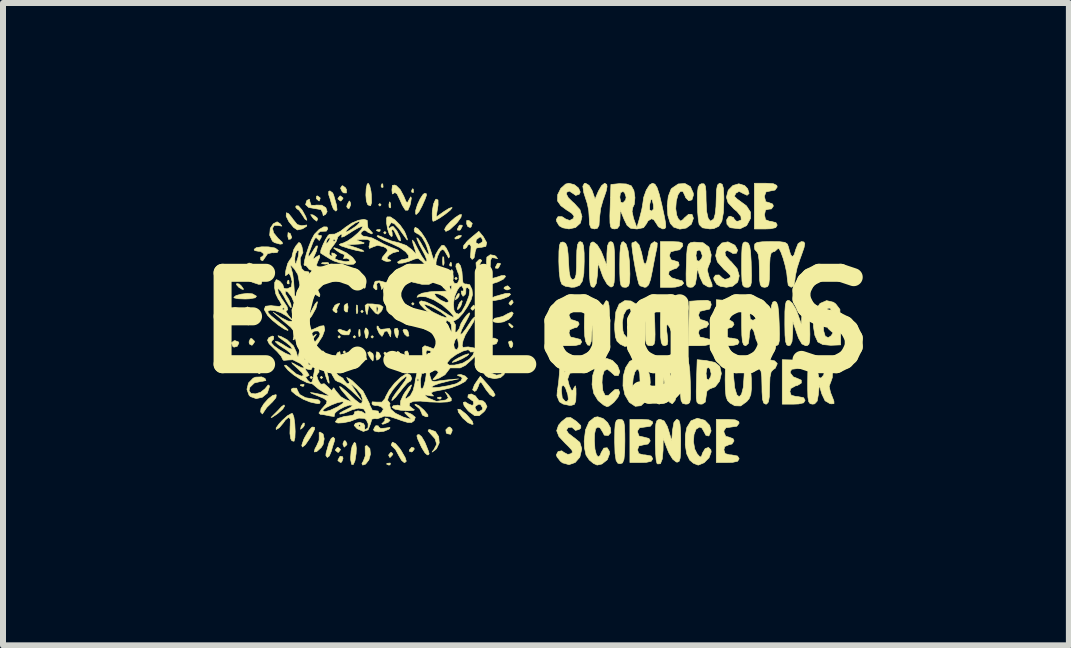
<source format=kicad_pcb>
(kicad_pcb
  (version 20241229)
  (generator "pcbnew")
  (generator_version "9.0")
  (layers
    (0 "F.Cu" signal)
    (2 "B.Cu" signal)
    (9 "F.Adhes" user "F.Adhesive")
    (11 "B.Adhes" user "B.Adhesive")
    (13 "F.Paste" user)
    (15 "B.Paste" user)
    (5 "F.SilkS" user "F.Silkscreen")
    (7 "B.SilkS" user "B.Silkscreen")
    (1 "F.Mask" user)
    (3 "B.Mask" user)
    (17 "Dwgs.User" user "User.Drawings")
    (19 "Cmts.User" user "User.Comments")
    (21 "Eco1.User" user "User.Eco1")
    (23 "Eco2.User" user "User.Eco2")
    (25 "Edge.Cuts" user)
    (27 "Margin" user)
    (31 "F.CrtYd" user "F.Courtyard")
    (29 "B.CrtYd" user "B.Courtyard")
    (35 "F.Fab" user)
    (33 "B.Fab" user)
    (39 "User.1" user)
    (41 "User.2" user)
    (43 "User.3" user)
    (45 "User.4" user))
  (footprint "ECSLogoS"
    (layer "F.Cu")
    (at 5.886 2.333)
    (property "Reference" "ECSLogoS" (at 0 0 0) (layer "F.SilkS") (effects (font (size 1.524 1.524) (thickness 0.3))))
    (attr through_hole)
    (fp_poly (pts (xy -3.725 0.91) (xy -3.747 0.931) (xy -3.768 0.91) (xy -3.747 0.889) (xy -3.725 0.91)) (stroke (width 0.01) (type solid)) (fill yes) (layer "F.SilkS"))
    (fp_poly (pts (xy -3.556 0.91) (xy -3.577 0.931) (xy -3.598 0.91) (xy -3.577 0.889) (xy -3.556 0.91)) (stroke (width 0.01) (type solid)) (fill yes) (layer "F.SilkS"))
    (fp_poly (pts (xy -3.429 -0.783) (xy -3.45 -0.762) (xy -3.471 -0.783) (xy -3.45 -0.804) (xy -3.429 -0.783)) (stroke (width 0.01) (type solid)) (fill yes) (layer "F.SilkS"))
    (fp_poly (pts (xy -3.344 -0.953) (xy -3.365 -0.931) (xy -3.387 -0.953) (xy -3.365 -0.974) (xy -3.344 -0.953)) (stroke (width 0.01) (type solid)) (fill yes) (layer "F.SilkS"))
    (fp_poly (pts (xy -3.26 0.233) (xy -3.281 0.254) (xy -3.302 0.233) (xy -3.281 0.212) (xy -3.26 0.233)) (stroke (width 0.01) (type solid)) (fill yes) (layer "F.SilkS"))
    (fp_poly (pts (xy -3.175 0.487) (xy -3.196 0.508) (xy -3.217 0.487) (xy -3.196 0.466) (xy -3.175 0.487)) (stroke (width 0.01) (type solid)) (fill yes) (layer "F.SilkS"))
    (fp_poly (pts (xy -3.175 0.614) (xy -3.196 0.635) (xy -3.217 0.614) (xy -3.196 0.593) (xy -3.175 0.614)) (stroke (width 0.01) (type solid)) (fill yes) (layer "F.SilkS"))
    (fp_poly (pts (xy -3.006 0.233) (xy -3.027 0.254) (xy -3.048 0.233) (xy -3.027 0.212) (xy -3.006 0.233)) (stroke (width 0.01) (type solid)) (fill yes) (layer "F.SilkS"))
    (fp_poly (pts (xy -2.879 -0.191) (xy -2.9 -0.169) (xy -2.921 -0.191) (xy -2.9 -0.212) (xy -2.879 -0.191)) (stroke (width 0.01) (type solid)) (fill yes) (layer "F.SilkS"))
    (fp_poly (pts (xy -2.709 0.233) (xy -2.731 0.254) (xy -2.752 0.233) (xy -2.731 0.212) (xy -2.709 0.233)) (stroke (width 0.01) (type solid)) (fill yes) (layer "F.SilkS"))
    (fp_poly (pts (xy -2.582 -1.968) (xy -2.603 -1.947) (xy -2.625 -1.968) (xy -2.603 -1.99) (xy -2.582 -1.968)) (stroke (width 0.01) (type solid)) (fill yes) (layer "F.SilkS"))
    (fp_poly (pts (xy -2.498 -1.503) (xy -2.519 -1.482) (xy -2.54 -1.503) (xy -2.519 -1.524) (xy -2.498 -1.503)) (stroke (width 0.01) (type solid)) (fill yes) (layer "F.SilkS"))
    (fp_poly (pts (xy -2.371 -0.699) (xy -2.392 -0.677) (xy -2.413 -0.699) (xy -2.392 -0.72) (xy -2.371 -0.699)) (stroke (width 0.01) (type solid)) (fill yes) (layer "F.SilkS"))
    (fp_poly (pts (xy -2.032 -0.318) (xy -2.053 -0.296) (xy -2.074 -0.318) (xy -2.053 -0.339) (xy -2.032 -0.318)) (stroke (width 0.01) (type solid)) (fill yes) (layer "F.SilkS"))
    (fp_poly (pts (xy -1.863 0.826) (xy -1.884 0.847) (xy -1.905 0.826) (xy -1.884 0.804) (xy -1.863 0.826)) (stroke (width 0.01) (type solid)) (fill yes) (layer "F.SilkS"))
    (fp_poly (pts (xy -1.312 -0.741) (xy -1.333 -0.72) (xy -1.355 -0.741) (xy -1.333 -0.762) (xy -1.312 -0.741)) (stroke (width 0.01) (type solid)) (fill yes) (layer "F.SilkS"))
    (fp_poly (pts (xy -4.12 -0.706) (xy -4.115 -0.655) (xy -4.12 -0.649) (xy -4.146 -0.655) (xy -4.149 -0.677) (xy -4.133 -0.712) (xy -4.12 -0.706)) (stroke (width 0.01) (type solid)) (fill yes) (layer "F.SilkS"))
    (fp_poly (pts (xy -3.866 1.03) (xy -3.872 1.055) (xy -3.895 1.058) (xy -3.93 1.043) (xy -3.923 1.03) (xy -3.873 1.025) (xy -3.866 1.03)) (stroke (width 0.01) (type solid)) (fill yes) (layer "F.SilkS"))
    (fp_poly (pts (xy -3.461 -1.002) (xy -3.455 -0.986) (xy -3.514 -0.98) (xy -3.574 -0.987) (xy -3.567 -1.002) (xy -3.48 -1.007) (xy -3.461 -1.002)) (stroke (width 0.01) (type solid)) (fill yes) (layer "F.SilkS"))
    (fp_poly (pts (xy -3.105 0.497) (xy -3.099 0.584) (xy -3.105 0.603) (xy -3.12 0.609) (xy -3.126 0.55) (xy -3.119 0.49) (xy -3.105 0.497)) (stroke (width 0.01) (type solid)) (fill yes) (layer "F.SilkS"))
    (fp_poly (pts (xy -2.988 0.509) (xy -2.971 0.569) (xy -2.988 0.592) (xy -3.022 0.599) (xy -3.03 0.55) (xy -3.016 0.496) (xy -2.988 0.509)) (stroke (width 0.01) (type solid)) (fill yes) (layer "F.SilkS"))
    (fp_poly (pts (xy -2.935 0.116) (xy -2.93 0.203) (xy -2.935 0.222) (xy -2.951 0.228) (xy -2.957 0.169) (xy -2.95 0.109) (xy -2.935 0.116)) (stroke (width 0.01) (type solid)) (fill yes) (layer "F.SilkS"))
    (fp_poly (pts (xy -2.851 -0.688) (xy -2.845 -0.601) (xy -2.851 -0.582) (xy -2.866 -0.577) (xy -2.872 -0.635) (xy -2.865 -0.695) (xy -2.851 -0.688)) (stroke (width 0.01) (type solid)) (fill yes) (layer "F.SilkS"))
    (fp_poly (pts (xy -2.596 -1.552) (xy -2.602 -1.527) (xy -2.625 -1.524) (xy -2.66 -1.539) (xy -2.653 -1.552) (xy -2.603 -1.557) (xy -2.596 -1.552)) (stroke (width 0.01) (type solid)) (fill yes) (layer "F.SilkS"))
    (fp_poly (pts (xy -2.554 -2.314) (xy -2.549 -2.264) (xy -2.554 -2.258) (xy -2.579 -2.264) (xy -2.582 -2.286) (xy -2.567 -2.321) (xy -2.554 -2.314)) (stroke (width 0.01) (type solid)) (fill yes) (layer "F.SilkS"))
    (fp_poly (pts (xy -2.427 2.342) (xy -2.433 2.368) (xy -2.455 2.371) (xy -2.49 2.355) (xy -2.484 2.342) (xy -2.433 2.337) (xy -2.427 2.342)) (stroke (width 0.01) (type solid)) (fill yes) (layer "F.SilkS"))
    (fp_poly (pts (xy -2.426 -1.998) (xy -2.421 -1.931) (xy -2.43 -1.916) (xy -2.449 -1.929) (xy -2.452 -1.972) (xy -2.442 -2.017) (xy -2.426 -1.998)) (stroke (width 0.01) (type solid)) (fill yes) (layer "F.SilkS"))
    (fp_poly (pts (xy -2.046 -2.23) (xy -2.041 -2.179) (xy -2.046 -2.173) (xy -2.071 -2.179) (xy -2.074 -2.201) (xy -2.059 -2.236) (xy -2.046 -2.23)) (stroke (width 0.01) (type solid)) (fill yes) (layer "F.SilkS"))
    (fp_poly (pts (xy -1.58 1.242) (xy -1.586 1.267) (xy -1.609 1.27) (xy -1.644 1.255) (xy -1.637 1.242) (xy -1.587 1.237) (xy -1.58 1.242)) (stroke (width 0.01) (type solid)) (fill yes) (layer "F.SilkS"))
    (fp_poly (pts (xy -1.496 -0.79) (xy -1.491 -0.74) (xy -1.496 -0.734) (xy -1.521 -0.74) (xy -1.524 -0.762) (xy -1.509 -0.797) (xy -1.496 -0.79)) (stroke (width 0.01) (type solid)) (fill yes) (layer "F.SilkS"))
    (fp_poly (pts (xy -1.411 -1.002) (xy -1.406 -0.952) (xy -1.411 -0.945) (xy -1.436 -0.951) (xy -1.439 -0.974) (xy -1.424 -1.009) (xy -1.411 -1.002)) (stroke (width 0.01) (type solid)) (fill yes) (layer "F.SilkS"))
    (fp_poly (pts (xy -4.947 -0.648) (xy -4.912 -0.615) (xy -4.874 -0.56) (xy -4.899 -0.56) (xy -4.952 -0.591) (xy -4.993 -0.636) (xy -4.99 -0.655) (xy -4.947 -0.648)) (stroke (width 0.01) (type solid)) (fill yes) (layer "F.SilkS"))
    (fp_poly (pts (xy -4.738 0.743) (xy -4.701 0.784) (xy -4.744 0.804) (xy -4.765 0.804) (xy -4.809 0.784) (xy -4.804 0.761) (xy -4.754 0.737) (xy -4.738 0.743)) (stroke (width 0.01) (type solid)) (fill yes) (layer "F.SilkS"))
    (fp_poly (pts (xy -4.099 -1.491) (xy -4.096 -1.488) (xy -4.072 -1.424) (xy -4.089 -1.398) (xy -4.125 -1.392) (xy -4.138 -1.446) (xy -4.133 -1.506) (xy -4.099 -1.491)) (stroke (width 0.01) (type solid)) (fill yes) (layer "F.SilkS"))
    (fp_poly (pts (xy -3.865 1.716) (xy -3.889 1.747) (xy -3.925 1.774) (xy -3.916 1.731) (xy -3.913 1.723) (xy -3.88 1.671) (xy -3.861 1.671) (xy -3.865 1.716)) (stroke (width 0.01) (type solid)) (fill yes) (layer "F.SilkS"))
    (fp_poly (pts (xy -3.255 -0.907) (xy -3.236 -0.861) (xy -3.269 -0.814) (xy -3.303 -0.804) (xy -3.324 -0.835) (xy -3.317 -0.868) (xy -3.277 -0.91) (xy -3.255 -0.907)) (stroke (width 0.01) (type solid)) (fill yes) (layer "F.SilkS"))
    (fp_poly (pts (xy -3.174 1.969) (xy -3.15 2.02) (xy -3.156 2.035) (xy -3.197 2.072) (xy -3.217 2.03) (xy -3.217 2.008) (xy -3.197 1.965) (xy -3.174 1.969)) (stroke (width 0.01) (type solid)) (fill yes) (layer "F.SilkS"))
    (fp_poly (pts (xy -2.153 0.115) (xy -2.132 0.147) (xy -2.118 0.219) (xy -2.151 0.223) (xy -2.19 0.188) (xy -2.218 0.128) (xy -2.201 0.105) (xy -2.153 0.115)) (stroke (width 0.01) (type solid)) (fill yes) (layer "F.SilkS"))
    (fp_poly (pts (xy -2.035 2.085) (xy -2.029 2.105) (xy -2.059 2.145) (xy -2.076 2.153) (xy -2.113 2.139) (xy -2.11 2.119) (xy -2.073 2.075) (xy -2.035 2.085)) (stroke (width 0.01) (type solid)) (fill yes) (layer "F.SilkS"))
    (fp_poly (pts (xy -1.283 -0.443) (xy -1.307 -0.412) (xy -1.343 -0.385) (xy -1.334 -0.428) (xy -1.331 -0.436) (xy -1.297 -0.488) (xy -1.278 -0.488) (xy -1.283 -0.443)) (stroke (width 0.01) (type solid)) (fill yes) (layer "F.SilkS"))
    (fp_poly (pts (xy -1.249 -1.439) (xy -1.294 -1.404) (xy -1.343 -1.398) (xy -1.355 -1.414) (xy -1.321 -1.441) (xy -1.289 -1.455) (xy -1.245 -1.458) (xy -1.249 -1.439)) (stroke (width 0.01) (type solid)) (fill yes) (layer "F.SilkS"))
    (fp_poly (pts (xy -1.117 -1.707) (xy -1.062 -1.658) (xy -1.081 -1.601) (xy -1.096 -1.59) (xy -1.135 -1.605) (xy -1.155 -1.648) (xy -1.155 -1.707) (xy -1.117 -1.707)) (stroke (width 0.01) (type solid)) (fill yes) (layer "F.SilkS"))
    (fp_poly (pts (xy -0.463 -0.612) (xy -0.425 -0.571) (xy -0.468 -0.551) (xy -0.489 -0.55) (xy -0.533 -0.571) (xy -0.529 -0.593) (xy -0.478 -0.618) (xy -0.463 -0.612)) (stroke (width 0.01) (type solid)) (fill yes) (layer "F.SilkS"))
    (fp_poly (pts (xy -0.43 0.017) (xy -0.385 0.056) (xy -0.381 0.066) (xy -0.401 0.083) (xy -0.443 0.044) (xy -0.449 0.036) (xy -0.454 0.007) (xy -0.43 0.017)) (stroke (width 0.01) (type solid)) (fill yes) (layer "F.SilkS"))
    (fp_poly (pts (xy -0.385 0.347) (xy -0.39 0.387) (xy -0.413 0.419) (xy -0.441 0.387) (xy -0.457 0.324) (xy -0.449 0.308) (xy -0.407 0.301) (xy -0.385 0.347)) (stroke (width 0.01) (type solid)) (fill yes) (layer "F.SilkS"))
    (fp_poly (pts (xy -4.96 0.318) (xy -4.953 0.336) (xy -4.981 0.391) (xy -5.035 0.405) (xy -5.053 0.394) (xy -5.079 0.333) (xy -5.033 0.298) (xy -5.016 0.296) (xy -4.96 0.318)) (stroke (width 0.01) (type solid)) (fill yes) (layer "F.SilkS"))
    (fp_poly (pts (xy -4.96 -0.245) (xy -4.953 -0.237) (xy -4.986 -0.21) (xy -5.017 -0.196) (xy -5.071 -0.195) (xy -5.08 -0.213) (xy -5.046 -0.249) (xy -5.016 -0.254) (xy -4.96 -0.245)) (stroke (width 0.01) (type solid)) (fill yes) (layer "F.SilkS"))
    (fp_poly (pts (xy -4.709 -0.034) (xy -4.747 0.016) (xy -4.799 0.036) (xy -4.826 0.011) (xy -4.826 0.008) (xy -4.792 -0.041) (xy -4.759 -0.059) (xy -4.709 -0.06) (xy -4.709 -0.034)) (stroke (width 0.01) (type solid)) (fill yes) (layer "F.SilkS"))
    (fp_poly (pts (xy -4.694 0.306) (xy -4.693 0.318) (xy -4.726 0.367) (xy -4.738 0.373) (xy -4.777 0.352) (xy -4.784 0.318) (xy -4.762 0.265) (xy -4.738 0.262) (xy -4.694 0.306)) (stroke (width 0.01) (type solid)) (fill yes) (layer "F.SilkS"))
    (fp_poly (pts (xy -4.572 0.795) (xy -4.572 0.804) (xy -4.605 0.845) (xy -4.617 0.847) (xy -4.642 0.821) (xy -4.636 0.804) (xy -4.597 0.764) (xy -4.591 0.762) (xy -4.572 0.795)) (stroke (width 0.01) (type solid)) (fill yes) (layer "F.SilkS"))
    (fp_poly (pts (xy -3.724 -1.801) (xy -3.71 -1.796) (xy -3.651 -1.754) (xy -3.641 -1.731) (xy -3.655 -1.696) (xy -3.704 -1.732) (xy -3.726 -1.758) (xy -3.757 -1.804) (xy -3.724 -1.801)) (stroke (width 0.01) (type solid)) (fill yes) (layer "F.SilkS"))
    (fp_poly (pts (xy -3.6 -2.086) (xy -3.598 -2.074) (xy -3.613 -2.033) (xy -3.617 -2.032) (xy -3.653 -2.062) (xy -3.662 -2.074) (xy -3.658 -2.113) (xy -3.643 -2.117) (xy -3.6 -2.086)) (stroke (width 0.01) (type solid)) (fill yes) (layer "F.SilkS"))
    (fp_poly (pts (xy -3.261 2.107) (xy -3.26 2.117) (xy -3.292 2.158) (xy -3.302 2.159) (xy -3.343 2.127) (xy -3.344 2.117) (xy -3.312 2.076) (xy -3.302 2.074) (xy -3.261 2.107)) (stroke (width 0.01) (type solid)) (fill yes) (layer "F.SilkS"))
    (fp_poly (pts (xy -3.26 0.54) (xy -3.26 0.542) (xy -3.27 0.623) (xy -3.301 0.622) (xy -3.325 0.589) (xy -3.325 0.523) (xy -3.307 0.496) (xy -3.27 0.48) (xy -3.26 0.54)) (stroke (width 0.01) (type solid)) (fill yes) (layer "F.SilkS"))
    (fp_poly (pts (xy -3.223 2.232) (xy -3.217 2.262) (xy -3.239 2.32) (xy -3.26 2.328) (xy -3.301 2.298) (xy -3.302 2.288) (xy -3.271 2.231) (xy -3.26 2.223) (xy -3.223 2.232)) (stroke (width 0.01) (type solid)) (fill yes) (layer "F.SilkS"))
    (fp_poly (pts (xy -3.219 -2.084) (xy -3.217 -2.074) (xy -3.25 -2.033) (xy -3.26 -2.032) (xy -3.301 -2.064) (xy -3.302 -2.074) (xy -3.27 -2.115) (xy -3.26 -2.117) (xy -3.219 -2.084)) (stroke (width 0.01) (type solid)) (fill yes) (layer "F.SilkS"))
    (fp_poly (pts (xy -3.176 -2.252) (xy -3.16 -2.223) (xy -3.16 -2.166) (xy -3.206 -2.167) (xy -3.231 -2.187) (xy -3.259 -2.246) (xy -3.234 -2.284) (xy -3.222 -2.286) (xy -3.176 -2.252)) (stroke (width 0.01) (type solid)) (fill yes) (layer "F.SilkS"))
    (fp_poly (pts (xy -3.133 -0.264) (xy -3.133 -0.262) (xy -3.143 -0.182) (xy -3.174 -0.183) (xy -3.198 -0.215) (xy -3.198 -0.281) (xy -3.18 -0.308) (xy -3.143 -0.324) (xy -3.133 -0.264)) (stroke (width 0.01) (type solid)) (fill yes) (layer "F.SilkS"))
    (fp_poly (pts (xy -3.092 -1.997) (xy -3.09 -1.968) (xy -3.112 -1.912) (xy -3.131 -1.905) (xy -3.155 -1.936) (xy -3.148 -1.968) (xy -3.118 -2.024) (xy -3.107 -2.032) (xy -3.092 -1.997)) (stroke (width 0.01) (type solid)) (fill yes) (layer "F.SilkS"))
    (fp_poly (pts (xy -2.989 -0.681) (xy -2.982 -0.675) (xy -2.926 -0.609) (xy -2.941 -0.57) (xy -2.976 -0.564) (xy -3.024 -0.6) (xy -3.037 -0.645) (xy -3.031 -0.7) (xy -2.989 -0.681)) (stroke (width 0.01) (type solid)) (fill yes) (layer "F.SilkS"))
    (fp_poly (pts (xy -2.978 -0.292) (xy -2.976 -0.285) (xy -2.97 -0.193) (xy -2.978 -0.158) (xy -2.992 -0.157) (xy -2.997 -0.223) (xy -2.997 -0.233) (xy -2.991 -0.298) (xy -2.978 -0.292)) (stroke (width 0.01) (type solid)) (fill yes) (layer "F.SilkS"))
    (fp_poly (pts (xy -2.801 0.12) (xy -2.794 0.169) (xy -2.805 0.235) (xy -2.827 0.261) (xy -2.84 0.243) (xy -2.858 0.144) (xy -2.844 0.089) (xy -2.833 0.085) (xy -2.801 0.12)) (stroke (width 0.01) (type solid)) (fill yes) (layer "F.SilkS"))
    (fp_poly (pts (xy -2.627 0.49) (xy -2.616 0.5) (xy -2.587 0.557) (xy -2.616 0.601) (xy -2.654 0.622) (xy -2.667 0.571) (xy -2.667 0.55) (xy -2.658 0.483) (xy -2.627 0.49)) (stroke (width 0.01) (type solid)) (fill yes) (layer "F.SilkS"))
    (fp_poly (pts (xy -2.463 0.522) (xy -2.434 0.55) (xy -2.393 0.611) (xy -2.401 0.635) (xy -2.462 0.606) (xy -2.499 0.57) (xy -2.537 0.505) (xy -2.52 0.487) (xy -2.463 0.522)) (stroke (width 0.01) (type solid)) (fill yes) (layer "F.SilkS"))
    (fp_poly (pts (xy -2.385 2.185) (xy -2.392 2.201) (xy -2.43 2.242) (xy -2.437 2.244) (xy -2.455 2.211) (xy -2.455 2.201) (xy -2.423 2.161) (xy -2.411 2.159) (xy -2.385 2.185)) (stroke (width 0.01) (type solid)) (fill yes) (layer "F.SilkS"))
    (fp_poly (pts (xy -2.297 -0.312) (xy -2.289 -0.3) (xy -2.268 -0.216) (xy -2.273 -0.184) (xy -2.304 -0.131) (xy -2.323 -0.159) (xy -2.328 -0.243) (xy -2.32 -0.317) (xy -2.297 -0.312)) (stroke (width 0.01) (type solid)) (fill yes) (layer "F.SilkS"))
    (fp_poly (pts (xy -2.292 0.138) (xy -2.297 0.198) (xy -2.314 0.252) (xy -2.336 0.227) (xy -2.348 0.199) (xy -2.364 0.125) (xy -2.355 0.097) (xy -2.313 0.088) (xy -2.292 0.138)) (stroke (width 0.01) (type solid)) (fill yes) (layer "F.SilkS"))
    (fp_poly (pts (xy -2.279 0.489) (xy -2.261 0.525) (xy -2.247 0.596) (xy -2.254 0.617) (xy -2.284 0.603) (xy -2.303 0.567) (xy -2.316 0.496) (xy -2.309 0.475) (xy -2.279 0.489)) (stroke (width 0.01) (type solid)) (fill yes) (layer "F.SilkS"))
    (fp_poly (pts (xy -2.121 0.522) (xy -2.125 0.579) (xy -2.14 0.632) (xy -2.159 0.608) (xy -2.172 0.576) (xy -2.188 0.501) (xy -2.181 0.474) (xy -2.142 0.469) (xy -2.121 0.522)) (stroke (width 0.01) (type solid)) (fill yes) (layer "F.SilkS"))
    (fp_poly (pts (xy -1.539 -1.097) (xy -1.537 -1.089) (xy -1.531 -0.997) (xy -1.539 -0.962) (xy -1.552 -0.961) (xy -1.558 -1.027) (xy -1.558 -1.037) (xy -1.552 -1.103) (xy -1.539 -1.097)) (stroke (width 0.01) (type solid)) (fill yes) (layer "F.SilkS"))
    (fp_poly (pts (xy -1.401 1.77) (xy -1.397 1.799) (xy -1.423 1.858) (xy -1.481 1.847) (xy -1.495 1.836) (xy -1.503 1.783) (xy -1.46 1.74) (xy -1.437 1.736) (xy -1.401 1.77)) (stroke (width 0.01) (type solid)) (fill yes) (layer "F.SilkS"))
    (fp_poly (pts (xy -1.231 -1.628) (xy -1.228 -1.614) (xy -1.259 -1.554) (xy -1.27 -1.545) (xy -1.309 -1.547) (xy -1.312 -1.561) (xy -1.281 -1.621) (xy -1.27 -1.63) (xy -1.231 -1.628)) (stroke (width 0.01) (type solid)) (fill yes) (layer "F.SilkS"))
    (fp_poly (pts (xy -1.229 -0.36) (xy -1.25 -0.29) (xy -1.27 -0.254) (xy -1.304 -0.22) (xy -1.311 -0.233) (xy -1.29 -0.302) (xy -1.27 -0.339) (xy -1.236 -0.373) (xy -1.229 -0.36)) (stroke (width 0.01) (type solid)) (fill yes) (layer "F.SilkS"))
    (fp_poly (pts (xy -1.016 -0.264) (xy -1.016 -0.254) (xy -1.049 -0.213) (xy -1.061 -0.212) (xy -1.086 -0.238) (xy -1.079 -0.254) (xy -1.041 -0.294) (xy -1.035 -0.296) (xy -1.016 -0.264)) (stroke (width 0.01) (type solid)) (fill yes) (layer "F.SilkS"))
    (fp_poly (pts (xy -0.642 0.276) (xy -0.635 0.294) (xy -0.663 0.349) (xy -0.717 0.362) (xy -0.735 0.352) (xy -0.761 0.29) (xy -0.715 0.255) (xy -0.699 0.254) (xy -0.642 0.276)) (stroke (width 0.01) (type solid)) (fill yes) (layer "F.SilkS"))
    (fp_poly (pts (xy -0.596 -0.993) (xy -0.593 -0.979) (xy -0.624 -0.919) (xy -0.635 -0.91) (xy -0.674 -0.912) (xy -0.677 -0.926) (xy -0.646 -0.986) (xy -0.635 -0.995) (xy -0.596 -0.993)) (stroke (width 0.01) (type solid)) (fill yes) (layer "F.SilkS"))
    (fp_poly (pts (xy -0.381 -0.348) (xy -0.381 -0.339) (xy -0.414 -0.298) (xy -0.426 -0.296) (xy -0.451 -0.322) (xy -0.445 -0.339) (xy -0.406 -0.379) (xy -0.4 -0.381) (xy -0.381 -0.348)) (stroke (width 0.01) (type solid)) (fill yes) (layer "F.SilkS"))
    (fp_poly (pts (xy -2.876 0.514) (xy -2.846 0.554) (xy -2.818 0.607) (xy -2.854 0.621) (xy -2.858 0.621) (xy -2.909 0.586) (xy -2.921 0.536) (xy -2.916 0.475) (xy -2.909 0.469) (xy -2.876 0.514)) (stroke (width 0.01) (type solid)) (fill yes) (layer "F.SilkS"))
    (fp_poly (pts (xy -2.719 0.515) (xy -2.709 0.557) (xy -2.714 0.622) (xy -2.72 0.635) (xy -2.748 0.604) (xy -2.78 0.557) (xy -2.806 0.497) (xy -2.774 0.48) (xy -2.769 0.48) (xy -2.719 0.515)) (stroke (width 0.01) (type solid)) (fill yes) (layer "F.SilkS"))
    (fp_poly (pts (xy -4.191 1.386) (xy -4.223 1.438) (xy -4.303 1.509) (xy -4.329 1.528) (xy -4.404 1.577) (xy -4.416 1.576) (xy -4.381 1.541) (xy -4.297 1.457) (xy -4.244 1.399) (xy -4.201 1.368) (xy -4.191 1.386)) (stroke (width 0.01) (type solid)) (fill yes) (layer "F.SilkS"))
    (fp_poly (pts (xy -2.475 1.594) (xy -2.431 1.623) (xy -2.462 1.656) (xy -2.538 1.687) (xy -2.561 1.689) (xy -2.57 1.676) (xy -2.55 1.665) (xy -2.516 1.624) (xy -2.521 1.606) (xy -2.51 1.586) (xy -2.475 1.594)) (stroke (width 0.01) (type solid)) (fill yes) (layer "F.SilkS"))
    (fp_poly (pts (xy -3.294 -0.284) (xy -3.296 -0.283) (xy -3.323 -0.221) (xy -3.316 -0.197) (xy -3.32 -0.172) (xy -3.337 -0.169) (xy -3.382 -0.203) (xy -3.387 -0.228) (xy -3.352 -0.292) (xy -3.317 -0.314) (xy -3.272 -0.324) (xy -3.294 -0.284)) (stroke (width 0.01) (type solid)) (fill yes) (layer "F.SilkS"))
    (fp_poly (pts (xy -3.094 0.138) (xy -3.119 0.199) (xy -3.202 0.2) (xy -3.249 0.184) (xy -3.298 0.139) (xy -3.302 0.122) (xy -3.272 0.105) (xy -3.221 0.125) (xy -3.148 0.146) (xy -3.118 0.116) (xy -3.1 0.102) (xy -3.094 0.138)) (stroke (width 0.01) (type solid)) (fill yes) (layer "F.SilkS"))
    (fp_poly (pts (xy -3.005 2.007) (xy -2.995 2.091) (xy -2.999 2.18) (xy -3.018 2.3) (xy -3.046 2.362) (xy -3.073 2.36) (xy -3.089 2.286) (xy -3.09 2.247) (xy -3.082 2.133) (xy -3.065 2.057) (xy -3.029 1.993) (xy -3.005 2.007)) (stroke (width 0.01) (type solid)) (fill yes) (layer "F.SilkS"))
    (fp_poly (pts (xy -2.769 2.098) (xy -2.76 2.189) (xy -2.786 2.285) (xy -2.841 2.355) (xy -2.889 2.371) (xy -2.902 2.345) (xy -2.879 2.307) (xy -2.846 2.219) (xy -2.847 2.136) (xy -2.848 2.057) (xy -2.82 2.044) (xy -2.769 2.098)) (stroke (width 0.01) (type solid)) (fill yes) (layer "F.SilkS"))
    (fp_poly (pts (xy -2.199 -0.315) (xy -2.145 -0.292) (xy -2.054 -0.239) (xy -2.04 -0.203) (xy -2.104 -0.188) (xy -2.115 -0.187) (xy -2.174 -0.195) (xy -2.179 -0.206) (xy -2.185 -0.249) (xy -2.209 -0.284) (xy -2.232 -0.32) (xy -2.199 -0.315)) (stroke (width 0.01) (type solid)) (fill yes) (layer "F.SilkS"))
    (fp_poly (pts (xy -1.26 1.447) (xy -1.173 1.515) (xy -1.145 1.543) (xy -1.063 1.639) (xy -1.047 1.688) (xy -1.064 1.693) (xy -1.133 1.664) (xy -1.216 1.591) (xy -1.223 1.584) (xy -1.294 1.487) (xy -1.303 1.439) (xy -1.26 1.447)) (stroke (width 0.01) (type solid)) (fill yes) (layer "F.SilkS"))
    (fp_poly (pts (xy -1.25 -1.761) (xy -1.305 -1.683) (xy -1.334 -1.651) (xy -1.438 -1.555) (xy -1.503 -1.525) (xy -1.524 -1.558) (xy -1.496 -1.611) (xy -1.429 -1.684) (xy -1.348 -1.754) (xy -1.277 -1.801) (xy -1.242 -1.806) (xy -1.25 -1.761)) (stroke (width 0.01) (type solid)) (fill yes) (layer "F.SilkS"))
    (fp_poly (pts (xy -1.118 0.518) (xy -1.141 0.545) (xy -1.219 0.591) (xy -1.249 0.606) (xy -1.343 0.646) (xy -1.394 0.659) (xy -1.397 0.657) (xy -1.364 0.625) (xy -1.286 0.58) (xy -1.198 0.538) (xy -1.132 0.517) (xy -1.118 0.518)) (stroke (width 0.01) (type solid)) (fill yes) (layer "F.SilkS"))
    (fp_poly (pts (xy -0.903 -1.038) (xy -0.926 -1.002) (xy -0.953 -0.94) (xy -0.945 -0.917) (xy -0.938 -0.89) (xy -0.943 -0.889) (xy -0.986 -0.919) (xy -0.995 -0.931) (xy -1 -1.003) (xy -0.949 -1.054) (xy -0.924 -1.058) (xy -0.903 -1.038)) (stroke (width 0.01) (type solid)) (fill yes) (layer "F.SilkS"))
    (fp_poly (pts (xy -4.728 -0.484) (xy -4.721 -0.481) (xy -4.66 -0.445) (xy -4.681 -0.418) (xy -4.777 -0.401) (xy -4.847 -0.398) (xy -4.961 -0.402) (xy -5.029 -0.416) (xy -5.038 -0.425) (xy -5.001 -0.455) (xy -4.914 -0.479) (xy -4.812 -0.491) (xy -4.728 -0.484)) (stroke (width 0.01) (type solid)) (fill yes) (layer "F.SilkS"))
    (fp_poly (pts (xy -4.636 0.592) (xy -4.658 0.626) (xy -4.738 0.674) (xy -4.785 0.694) (xy -4.906 0.741) (xy -4.969 0.758) (xy -4.992 0.749) (xy -4.995 0.726) (xy -4.96 0.688) (xy -4.875 0.644) (xy -4.772 0.606) (xy -4.682 0.585) (xy -4.636 0.592)) (stroke (width 0.01) (type solid)) (fill yes) (layer "F.SilkS"))
    (fp_poly (pts (xy -3.961 -1.951) (xy -3.902 -1.884) (xy -3.888 -1.861) (xy -3.838 -1.77) (xy -3.82 -1.715) (xy -3.822 -1.71) (xy -3.851 -1.73) (xy -3.895 -1.799) (xy -3.948 -1.876) (xy -3.989 -1.905) (xy -4.007 -1.932) (xy -3.998 -1.951) (xy -3.961 -1.951)) (stroke (width 0.01) (type solid)) (fill yes) (layer "F.SilkS"))
    (fp_poly (pts (xy -3.691 1.743) (xy -3.692 1.775) (xy -3.73 1.852) (xy -3.772 1.924) (xy -3.846 2.032) (xy -3.894 2.07) (xy -3.905 2.041) (xy -3.872 1.945) (xy -3.852 1.905) (xy -3.792 1.803) (xy -3.74 1.743) (xy -3.724 1.736) (xy -3.691 1.743)) (stroke (width 0.01) (type solid)) (fill yes) (layer "F.SilkS"))
    (fp_poly (pts (xy -3.549 1.854) (xy -3.531 1.934) (xy -3.549 2.027) (xy -3.58 2.077) (xy -3.656 2.146) (xy -3.695 2.152) (xy -3.685 2.101) (xy -3.658 2.053) (xy -3.616 1.957) (xy -3.614 1.884) (xy -3.616 1.829) (xy -3.6 1.82) (xy -3.549 1.854)) (stroke (width 0.01) (type solid)) (fill yes) (layer "F.SilkS"))
    (fp_poly (pts (xy -3.389 -2.166) (xy -3.372 -2.127) (xy -3.343 -2.025) (xy -3.324 -1.958) (xy -3.317 -1.885) (xy -3.337 -1.863) (xy -3.377 -1.898) (xy -3.403 -1.965) (xy -3.434 -2.073) (xy -3.455 -2.134) (xy -3.456 -2.191) (xy -3.436 -2.201) (xy -3.389 -2.166)) (stroke (width 0.01) (type solid)) (fill yes) (layer "F.SilkS"))
    (fp_poly (pts (xy -3.354 1.936) (xy -3.361 1.972) (xy -3.392 2.067) (xy -3.413 2.142) (xy -3.446 2.219) (xy -3.479 2.244) (xy -3.503 2.211) (xy -3.499 2.17) (xy -3.47 2.067) (xy -3.451 2) (xy -3.413 1.926) (xy -3.379 1.905) (xy -3.354 1.936)) (stroke (width 0.01) (type solid)) (fill yes) (layer "F.SilkS"))
    (fp_poly (pts (xy -2.773 -2.29) (xy -2.751 -2.195) (xy -2.745 -2.138) (xy -2.741 -2.007) (xy -2.757 -1.952) (xy -2.797 -1.965) (xy -2.808 -1.976) (xy -2.828 -2.033) (xy -2.836 -2.131) (xy -2.831 -2.234) (xy -2.815 -2.309) (xy -2.798 -2.328) (xy -2.773 -2.29)) (stroke (width 0.01) (type solid)) (fill yes) (layer "F.SilkS"))
    (fp_poly (pts (xy -2.47 -0.307) (xy -2.433 -0.269) (xy -2.418 -0.272) (xy -2.394 -0.253) (xy -2.389 -0.209) (xy -2.389 -0.143) (xy -2.39 -0.13) (xy -2.424 -0.146) (xy -2.445 -0.155) (xy -2.486 -0.209) (xy -2.494 -0.268) (xy -2.484 -0.319) (xy -2.47 -0.307)) (stroke (width 0.01) (type solid)) (fill yes) (layer "F.SilkS"))
    (fp_poly (pts (xy -1.95 1.383) (xy -1.871 1.452) (xy -1.863 1.46) (xy -1.803 1.532) (xy -1.801 1.562) (xy -1.834 1.566) (xy -1.895 1.536) (xy -1.905 1.505) (xy -1.938 1.435) (xy -1.979 1.4) (xy -2.02 1.366) (xy -2.008 1.356) (xy -1.95 1.383)) (stroke (width 0.01) (type solid)) (fill yes) (layer "F.SilkS"))
    (fp_poly (pts (xy -1.829 -2.154) (xy -1.826 -2.127) (xy -1.851 -2.058) (xy -1.9 -1.948) (xy -1.952 -1.852) (xy -1.993 -1.809) (xy -2.007 -1.813) (xy -2.006 -1.874) (xy -1.976 -1.971) (xy -1.929 -2.071) (xy -1.881 -2.143) (xy -1.855 -2.159) (xy -1.829 -2.154)) (stroke (width 0.01) (type solid)) (fill yes) (layer "F.SilkS"))
    (fp_poly (pts (xy -0.423 -0.474) (xy -0.46 -0.439) (xy -0.553 -0.402) (xy -0.593 -0.391) (xy -0.697 -0.372) (xy -0.757 -0.375) (xy -0.762 -0.383) (xy -0.727 -0.421) (xy -0.677 -0.442) (xy -0.56 -0.475) (xy -0.508 -0.49) (xy -0.441 -0.493) (xy -0.423 -0.474)) (stroke (width 0.01) (type solid)) (fill yes) (layer "F.SilkS"))
    (fp_poly (pts (xy -0.379 -0.161) (xy -0.405 -0.106) (xy -0.455 -0.059) (xy -0.541 -0.017) (xy -0.634 -0.002) (xy -0.703 -0.016) (xy -0.72 -0.042) (xy -0.685 -0.078) (xy -0.644 -0.085) (xy -0.553 -0.108) (xy -0.475 -0.151) (xy -0.404 -0.183) (xy -0.379 -0.161)) (stroke (width 0.01) (type solid)) (fill yes) (layer "F.SilkS"))
    (fp_poly (pts (xy -2.628 1.718) (xy -2.625 1.734) (xy -2.589 1.761) (xy -2.508 1.754) (xy -2.435 1.743) (xy -2.436 1.759) (xy -2.455 1.774) (xy -2.537 1.808) (xy -2.628 1.818) (xy -2.695 1.803) (xy -2.709 1.78) (xy -2.679 1.723) (xy -2.667 1.714) (xy -2.628 1.718)) (stroke (width 0.01) (type solid)) (fill yes) (layer "F.SilkS"))
    (fp_poly (pts (xy -0.549 0.657) (xy -0.51 0.721) (xy -0.534 0.735) (xy -0.613 0.696) (xy -0.628 0.686) (xy -0.713 0.643) (xy -0.786 0.658) (xy -0.819 0.676) (xy -0.88 0.712) (xy -0.88 0.698) (xy -0.852 0.663) (xy -0.756 0.603) (xy -0.641 0.602) (xy -0.549 0.657)) (stroke (width 0.01) (type solid)) (fill yes) (layer "F.SilkS"))
    (fp_poly (pts (xy -0.508 -0.771) (xy -0.544 -0.729) (xy -0.631 -0.685) (xy -0.641 -0.681) (xy -0.765 -0.643) (xy -0.829 -0.64) (xy -0.847 -0.671) (xy -0.847 -0.673) (xy -0.811 -0.71) (xy -0.745 -0.736) (xy -0.636 -0.767) (xy -0.575 -0.788) (xy -0.519 -0.79) (xy -0.508 -0.771)) (stroke (width 0.01) (type solid)) (fill yes) (layer "F.SilkS"))
    (fp_poly (pts (xy -4.33 1.202) (xy -4.336 1.248) (xy -4.394 1.318) (xy -4.407 1.33) (xy -4.489 1.411) (xy -4.536 1.48) (xy -4.537 1.483) (xy -4.561 1.519) (xy -4.591 1.486) (xy -4.585 1.429) (xy -4.536 1.349) (xy -4.464 1.268) (xy -4.39 1.21) (xy -4.336 1.197) (xy -4.33 1.202)) (stroke (width 0.01) (type solid)) (fill yes) (layer "F.SilkS"))
    (fp_poly (pts (xy -4.125 -1.821) (xy -4.069 -1.753) (xy -4.055 -1.731) (xy -3.98 -1.639) (xy -3.905 -1.619) (xy -3.893 -1.621) (xy -3.821 -1.632) (xy -3.825 -1.61) (xy -3.892 -1.568) (xy -3.977 -1.549) (xy -4.04 -1.591) (xy -4.12 -1.689) (xy -4.165 -1.779) (xy -4.161 -1.836) (xy -4.125 -1.821)) (stroke (width 0.01) (type solid)) (fill yes) (layer "F.SilkS"))
    (fp_poly (pts (xy -1.907 1.898) (xy -1.855 1.986) (xy -1.842 2.016) (xy -1.797 2.128) (xy -1.781 2.182) (xy -1.793 2.2) (xy -1.812 2.201) (xy -1.851 2.167) (xy -1.904 2.081) (xy -1.918 2.052) (xy -1.97 1.939) (xy -1.986 1.883) (xy -1.97 1.864) (xy -1.948 1.863) (xy -1.907 1.898)) (stroke (width 0.01) (type solid)) (fill yes) (layer "F.SilkS"))
    (fp_poly (pts (xy -1.678 1.812) (xy -1.622 1.897) (xy -1.613 2.001) (xy -1.658 2.098) (xy -1.683 2.12) (xy -1.732 2.155) (xy -1.72 2.135) (xy -1.704 2.117) (xy -1.655 2.024) (xy -1.683 1.932) (xy -1.744 1.864) (xy -1.799 1.802) (xy -1.787 1.779) (xy -1.773 1.778) (xy -1.678 1.812)) (stroke (width 0.01) (type solid)) (fill yes) (layer "F.SilkS"))
    (fp_poly (pts (xy -0.784 0.821) (xy -0.76 0.833) (xy -0.66 0.872) (xy -0.593 0.861) (xy -0.569 0.845) (xy -0.524 0.815) (xy -0.529 0.851) (xy -0.533 0.862) (xy -0.592 0.913) (xy -0.691 0.93) (xy -0.793 0.91) (xy -0.838 0.881) (xy -0.887 0.816) (xy -0.867 0.795) (xy -0.784 0.821)) (stroke (width 0.01) (type solid)) (fill yes) (layer "F.SilkS"))
    (fp_poly (pts (xy -4.742 -0.234) (xy -4.741 -0.232) (xy -4.71 -0.186) (xy -4.742 -0.189) (xy -4.756 -0.194) (xy -4.82 -0.186) (xy -4.867 -0.11) (xy -4.925 -0.026) (xy -4.997 -0.00025) (xy -5.059 -0.042) (xy -5.052 -0.066) (xy -5.023 -0.06) (xy -4.961 -0.073) (xy -4.934 -0.12) (xy -4.879 -0.227) (xy -4.81 -0.267) (xy -4.742 -0.234)) (stroke (width 0.01) (type solid)) (fill yes) (layer "F.SilkS"))
    (fp_poly (pts (xy -2.343 2.012) (xy -2.273 2.093) (xy -2.247 2.132) (xy -2.181 2.247) (xy -2.162 2.307) (xy -2.186 2.328) (xy -2.198 2.328) (xy -2.24 2.294) (xy -2.289 2.209) (xy -2.293 2.201) (xy -2.34 2.114) (xy -2.379 2.075) (xy -2.381 2.074) (xy -2.412 2.042) (xy -2.413 2.032) (xy -2.393 1.989) (xy -2.343 2.012)) (stroke (width 0.01) (type solid)) (fill yes) (layer "F.SilkS"))
    (fp_poly (pts (xy 1.502 -1.314) (xy 1.537 -1.199) (xy 1.559 -1.02) (xy 1.566 -0.815) (xy 1.562 -0.684) (xy 1.545 -0.617) (xy 1.507 -0.594) (xy 1.482 -0.593) (xy 1.441 -0.599) (xy 1.416 -0.629) (xy 1.403 -0.698) (xy 1.398 -0.823) (xy 1.397 -0.974) (xy 1.4 -1.164) (xy 1.41 -1.282) (xy 1.43 -1.341) (xy 1.455 -1.355) (xy 1.502 -1.314)) (stroke (width 0.01) (type solid)) (fill yes) (layer "F.SilkS"))
    (fp_poly (pts (xy -4.263 -1.651) (xy -4.237 -1.613) (xy -4.28 -1.62) (xy -4.288 -1.623) (xy -4.364 -1.625) (xy -4.393 -1.578) (xy -4.374 -1.5) (xy -4.305 -1.415) (xy -4.302 -1.411) (xy -4.232 -1.346) (xy -4.226 -1.318) (xy -4.265 -1.312) (xy -4.359 -1.338) (xy -4.394 -1.363) (xy -4.44 -1.461) (xy -4.43 -1.576) (xy -4.38 -1.652) (xy -4.316 -1.685) (xy -4.263 -1.651)) (stroke (width 0.01) (type solid)) (fill yes) (layer "F.SilkS"))
    (fp_poly (pts (xy -3.99 1.089) (xy -3.979 1.122) (xy -3.941 1.193) (xy -3.844 1.247) (xy -3.714 1.27) (xy -3.707 1.27) (xy -3.626 1.284) (xy -3.598 1.312) (xy -3.604 1.341) (xy -3.638 1.347) (xy -3.722 1.33) (xy -3.77 1.318) (xy -3.881 1.273) (xy -3.997 1.203) (xy -3.998 1.203) (xy -4.072 1.141) (xy -4.081 1.106) (xy -4.049 1.088) (xy -3.99 1.089)) (stroke (width 0.01) (type solid)) (fill yes) (layer "F.SilkS"))
    (fp_poly (pts (xy -3.768 -2.015) (xy -3.749 -1.961) (xy -3.681 -1.96) (xy -3.667 -1.964) (xy -3.571 -1.962) (xy -3.503 -1.919) (xy -3.482 -1.855) (xy -3.507 -1.81) (xy -3.547 -1.788) (xy -3.556 -1.833) (xy -3.584 -1.888) (xy -3.679 -1.905) (xy -3.681 -1.905) (xy -3.79 -1.924) (xy -3.841 -1.972) (xy -3.822 -2.036) (xy -3.815 -2.044) (xy -3.777 -2.062) (xy -3.768 -2.015)) (stroke (width 0.01) (type solid)) (fill yes) (layer "F.SilkS"))
    (fp_poly (pts (xy -2.627 0.061) (xy -2.625 0.078) (xy -2.59 0.11) (xy -2.519 0.102) (xy -2.442 0.093) (xy -2.418 0.136) (xy -2.418 0.175) (xy -2.425 0.234) (xy -2.44 0.211) (xy -2.442 0.201) (xy -2.48 0.135) (xy -2.525 0.142) (xy -2.547 0.192) (xy -2.567 0.226) (xy -2.604 0.187) (xy -2.617 0.167) (xy -2.651 0.09) (xy -2.649 0.052) (xy -2.627 0.061)) (stroke (width 0.01) (type solid)) (fill yes) (layer "F.SilkS"))
    (fp_poly (pts (xy -0.802 1.033) (xy -0.713 1.142) (xy -0.681 1.202) (xy -0.702 1.226) (xy -0.72 1.228) (xy -0.768 1.195) (xy -0.833 1.113) (xy -0.848 1.09) (xy -0.903 1.004) (xy -0.933 0.985) (xy -0.952 1.026) (xy -0.958 1.048) (xy -0.992 1.122) (xy -1.021 1.143) (xy -1.056 1.116) (xy -1.027 1.036) (xy -0.993 0.984) (xy -0.928 0.89) (xy -0.802 1.033)) (stroke (width 0.01) (type solid)) (fill yes) (layer "F.SilkS"))
    (fp_poly (pts (xy -0.686 -1.122) (xy -0.664 -1.104) (xy -0.64 -1.07) (xy -0.685 -1.081) (xy -0.688 -1.082) (xy -0.737 -1.087) (xy -0.758 -1.04) (xy -0.762 -0.957) (xy -0.773 -0.849) (xy -0.812 -0.806) (xy -0.831 -0.804) (xy -0.875 -0.816) (xy -0.85 -0.864) (xy -0.848 -0.866) (xy -0.818 -0.953) (xy -0.825 -1.014) (xy -0.819 -1.095) (xy -0.762 -1.136) (xy -0.686 -1.122)) (stroke (width 0.01) (type solid)) (fill yes) (layer "F.SilkS"))
    (fp_poly (pts (xy 4.011 -0.343) (xy 4.033 -0.284) (xy 4.047 -0.167) (xy 4.055 0.011) (xy 4.06 0.188) (xy 4.057 0.298) (xy 4.044 0.355) (xy 4.016 0.378) (xy 3.979 0.381) (xy 3.937 0.376) (xy 3.912 0.349) (xy 3.901 0.285) (xy 3.899 0.166) (xy 3.904 0.011) (xy 3.913 -0.174) (xy 3.927 -0.287) (xy 3.948 -0.345) (xy 3.979 -0.36) (xy 4.011 -0.343)) (stroke (width 0.01) (type solid)) (fill yes) (layer "F.SilkS"))
    (fp_poly (pts (xy -1.633 -2.048) (xy -1.632 -1.966) (xy -1.639 -1.921) (xy -1.665 -1.763) (xy -1.531 -1.858) (xy -1.447 -1.91) (xy -1.401 -1.924) (xy -1.398 -1.918) (xy -1.43 -1.879) (xy -1.507 -1.817) (xy -1.6 -1.752) (xy -1.681 -1.705) (xy -1.716 -1.693) (xy -1.728 -1.731) (xy -1.73 -1.825) (xy -1.728 -1.87) (xy -1.708 -1.983) (xy -1.676 -2.054) (xy -1.664 -2.063) (xy -1.633 -2.048)) (stroke (width 0.01) (type solid)) (fill yes) (layer "F.SilkS"))
    (fp_poly (pts (xy 1.438 1.615) (xy 1.463 1.647) (xy 1.476 1.719) (xy 1.481 1.849) (xy 1.482 1.966) (xy 1.479 2.157) (xy 1.467 2.275) (xy 1.443 2.335) (xy 1.402 2.349) (xy 1.365 2.34) (xy 1.336 2.294) (xy 1.318 2.175) (xy 1.312 1.98) (xy 1.312 1.965) (xy 1.314 1.791) (xy 1.321 1.685) (xy 1.339 1.631) (xy 1.37 1.611) (xy 1.397 1.609) (xy 1.438 1.615)) (stroke (width 0.01) (type solid)) (fill yes) (layer "F.SilkS"))
    (fp_poly (pts (xy 1.894 -0.373) (xy 1.931 -0.354) (xy 1.955 -0.303) (xy 1.97 -0.204) (xy 1.979 -0.04) (xy 1.981 0.011) (xy 1.985 0.189) (xy 1.982 0.298) (xy 1.969 0.355) (xy 1.941 0.378) (xy 1.907 0.381) (xy 1.866 0.375) (xy 1.84 0.346) (xy 1.827 0.279) (xy 1.821 0.157) (xy 1.82 -0.003) (xy 1.822 -0.185) (xy 1.829 -0.298) (xy 1.844 -0.356) (xy 1.87 -0.375) (xy 1.894 -0.373)) (stroke (width 0.01) (type solid)) (fill yes) (layer "F.SilkS"))
    (fp_poly (pts (xy 3.503 -1.347) (xy 3.54 -1.328) (xy 3.564 -1.277) (xy 3.578 -1.177) (xy 3.588 -1.013) (xy 3.589 -0.963) (xy 3.594 -0.785) (xy 3.591 -0.676) (xy 3.578 -0.618) (xy 3.55 -0.596) (xy 3.515 -0.593) (xy 3.474 -0.599) (xy 3.449 -0.627) (xy 3.435 -0.695) (xy 3.43 -0.817) (xy 3.429 -0.977) (xy 3.431 -1.159) (xy 3.437 -1.271) (xy 3.453 -1.33) (xy 3.479 -1.348) (xy 3.503 -1.347)) (stroke (width 0.01) (type solid)) (fill yes) (layer "F.SilkS"))
    (fp_poly (pts (xy -4.462 -1.267) (xy -4.36 -1.25) (xy -4.343 -1.244) (xy -4.295 -1.206) (xy -4.314 -1.173) (xy -4.383 -1.168) (xy -4.395 -1.171) (xy -4.474 -1.154) (xy -4.514 -1.096) (xy -4.556 -1.035) (xy -4.588 -1.05) (xy -4.59 -1.095) (xy -4.571 -1.101) (xy -4.538 -1.131) (xy -4.541 -1.154) (xy -4.592 -1.193) (xy -4.629 -1.194) (xy -4.689 -1.205) (xy -4.699 -1.226) (xy -4.662 -1.254) (xy -4.573 -1.268) (xy -4.462 -1.267)) (stroke (width 0.01) (type solid)) (fill yes) (layer "F.SilkS"))
    (fp_poly (pts (xy -4.058 1.513) (xy -4.036 1.574) (xy -4.021 1.683) (xy -4.015 1.809) (xy -4.019 1.917) (xy -4.034 1.974) (xy -4.069 1.966) (xy -4.089 1.932) (xy -4.102 1.843) (xy -4.099 1.723) (xy -4.098 1.714) (xy -4.096 1.604) (xy -4.123 1.572) (xy -4.179 1.62) (xy -4.216 1.672) (xy -4.28 1.748) (xy -4.331 1.778) (xy -4.332 1.752) (xy -4.283 1.684) (xy -4.233 1.63) (xy -4.145 1.55) (xy -4.078 1.512) (xy -4.058 1.513)) (stroke (width 0.01) (type solid)) (fill yes) (layer "F.SilkS"))
    (fp_poly (pts (xy -2.327 -2.286) (xy -2.262 -2.22) (xy -2.205 -2.114) (xy -2.202 -2.107) (xy -2.166 -2.02) (xy -2.142 -2.005) (xy -2.116 -2.053) (xy -2.088 -2.102) (xy -2.078 -2.081) (xy -2.09 -2.002) (xy -2.101 -1.958) (xy -2.135 -1.879) (xy -2.176 -1.878) (xy -2.227 -1.958) (xy -2.263 -2.04) (xy -2.315 -2.148) (xy -2.354 -2.176) (xy -2.368 -2.163) (xy -2.394 -2.149) (xy -2.402 -2.217) (xy -2.393 -2.292) (xy -2.354 -2.298) (xy -2.327 -2.286)) (stroke (width 0.01) (type solid)) (fill yes) (layer "F.SilkS"))
    (fp_poly (pts (xy -2.512 -0.675) (xy -2.422 -0.635) (xy -2.373 -0.592) (xy -2.371 -0.583) (xy -2.396 -0.57) (xy -2.437 -0.595) (xy -2.497 -0.629) (xy -2.54 -0.594) (xy -2.543 -0.59) (xy -2.573 -0.555) (xy -2.582 -0.6) (xy -2.582 -0.603) (xy -2.604 -0.666) (xy -2.629 -0.677) (xy -2.658 -0.647) (xy -2.652 -0.614) (xy -2.651 -0.559) (xy -2.668 -0.55) (xy -2.705 -0.584) (xy -2.709 -0.611) (xy -2.687 -0.681) (xy -2.672 -0.695) (xy -2.607 -0.7) (xy -2.512 -0.675)) (stroke (width 0.01) (type solid)) (fill yes) (layer "F.SilkS"))
    (fp_poly (pts (xy -2.721 -0.315) (xy -2.597 -0.298) (xy -2.549 -0.265) (xy -2.57 -0.207) (xy -2.585 -0.187) (xy -2.632 -0.144) (xy -2.675 -0.163) (xy -2.715 -0.208) (xy -2.738 -0.236) (xy -2.664 -0.236) (xy -2.656 -0.181) (xy -2.641 -0.181) (xy -2.631 -0.237) (xy -2.638 -0.262) (xy -2.657 -0.278) (xy -2.664 -0.236) (xy -2.738 -0.236) (xy -2.788 -0.298) (xy -2.803 -0.202) (xy -2.815 -0.139) (xy -2.827 -0.153) (xy -2.841 -0.215) (xy -2.849 -0.289) (xy -2.816 -0.316) (xy -2.721 -0.315)) (stroke (width 0.01) (type solid)) (fill yes) (layer "F.SilkS"))
    (fp_poly (pts (xy -4.518 0.926) (xy -4.503 0.962) (xy -4.562 0.974) (xy -4.576 0.974) (xy -4.696 1.002) (xy -4.771 1.075) (xy -4.784 1.13) (xy -4.752 1.177) (xy -4.677 1.184) (xy -4.589 1.156) (xy -4.515 1.097) (xy -4.511 1.091) (xy -4.464 1.034) (xy -4.446 1.047) (xy -4.445 1.067) (xy -4.479 1.171) (xy -4.562 1.24) (xy -4.665 1.263) (xy -4.762 1.228) (xy -4.783 1.207) (xy -4.819 1.107) (xy -4.792 1.001) (xy -4.715 0.922) (xy -4.674 0.905) (xy -4.574 0.901) (xy -4.518 0.926)) (stroke (width 0.01) (type solid)) (fill yes) (layer "F.SilkS"))
    (fp_poly (pts (xy 2.387 -1.349) (xy 2.441 -1.329) (xy 2.448 -1.285) (xy 2.447 -1.281) (xy 2.396 -1.219) (xy 2.328 -1.206) (xy 2.245 -1.184) (xy 2.223 -1.121) (xy 2.253 -1.051) (xy 2.307 -1.037) (xy 2.376 -1.013) (xy 2.387 -0.961) (xy 2.343 -0.911) (xy 2.294 -0.896) (xy 2.22 -0.862) (xy 2.211 -0.806) (xy 2.259 -0.753) (xy 2.339 -0.727) (xy 2.438 -0.701) (xy 2.463 -0.661) (xy 2.423 -0.621) (xy 2.325 -0.596) (xy 2.265 -0.593) (xy 2.074 -0.593) (xy 2.074 -1.355) (xy 2.268 -1.355) (xy 2.387 -1.349)) (stroke (width 0.01) (type solid)) (fill yes) (layer "F.SilkS"))
    (fp_poly (pts (xy 3.186 -0.373) (xy 3.305 -0.348) (xy 3.365 -0.306) (xy 3.361 -0.26) (xy 3.285 -0.225) (xy 3.249 -0.219) (xy 3.16 -0.185) (xy 3.133 -0.128) (xy 3.173 -0.073) (xy 3.217 -0.055) (xy 3.286 -0.012) (xy 3.302 0.026) (xy 3.267 0.074) (xy 3.217 0.085) (xy 3.147 0.115) (xy 3.133 0.169) (xy 3.153 0.231) (xy 3.227 0.253) (xy 3.26 0.254) (xy 3.36 0.273) (xy 3.387 0.318) (xy 3.362 0.359) (xy 3.277 0.378) (xy 3.196 0.381) (xy 3.006 0.381) (xy 3.006 -0.386) (xy 3.186 -0.373)) (stroke (width 0.01) (type solid)) (fill yes) (layer "F.SilkS"))
    (fp_poly (pts (xy 3.978 0.633) (xy 4.021 0.676) (xy 4.022 0.683) (xy 3.988 0.758) (xy 3.958 0.777) (xy 3.921 0.816) (xy 3.901 0.908) (xy 3.895 1.067) (xy 3.895 1.078) (xy 3.89 1.233) (xy 3.875 1.319) (xy 3.846 1.353) (xy 3.831 1.355) (xy 3.797 1.337) (xy 3.777 1.275) (xy 3.769 1.151) (xy 3.768 1.058) (xy 3.764 0.899) (xy 3.752 0.807) (xy 3.726 0.768) (xy 3.701 0.762) (xy 3.65 0.73) (xy 3.648 0.693) (xy 3.693 0.645) (xy 3.783 0.618) (xy 3.888 0.614) (xy 3.978 0.633)) (stroke (width 0.01) (type solid)) (fill yes) (layer "F.SilkS"))
    (fp_poly (pts (xy 0.748 -0.357) (xy 0.762 -0.307) (xy 0.762 -0.299) (xy 0.738 -0.231) (xy 0.656 -0.212) (xy 0.573 -0.192) (xy 0.55 -0.127) (xy 0.58 -0.056) (xy 0.635 -0.042) (xy 0.704 -0.016) (xy 0.72 0.021) (xy 0.684 0.073) (xy 0.635 0.085) (xy 0.564 0.115) (xy 0.55 0.169) (xy 0.575 0.236) (xy 0.656 0.254) (xy 0.741 0.276) (xy 0.762 0.318) (xy 0.737 0.359) (xy 0.653 0.378) (xy 0.57 0.381) (xy 0.378 0.381) (xy 0.39 0.011) (xy 0.402 -0.36) (xy 0.582 -0.373) (xy 0.696 -0.376) (xy 0.748 -0.357)) (stroke (width 0.01) (type solid)) (fill yes) (layer "F.SilkS"))
    (fp_poly (pts (xy 1.882 1.617) (xy 1.94 1.645) (xy 1.947 1.672) (xy 1.909 1.723) (xy 1.82 1.736) (xy 1.727 1.749) (xy 1.695 1.798) (xy 1.693 1.82) (xy 1.718 1.887) (xy 1.799 1.905) (xy 1.884 1.927) (xy 1.905 1.968) (xy 1.868 2.02) (xy 1.799 2.032) (xy 1.716 2.052) (xy 1.693 2.117) (xy 1.713 2.179) (xy 1.788 2.2) (xy 1.82 2.201) (xy 1.921 2.22) (xy 1.947 2.265) (xy 1.922 2.307) (xy 1.838 2.326) (xy 1.757 2.328) (xy 1.566 2.328) (xy 1.566 1.609) (xy 1.757 1.609) (xy 1.882 1.617)) (stroke (width 0.01) (type solid)) (fill yes) (layer "F.SilkS"))
    (fp_poly (pts (xy 2.907 -0.357) (xy 2.921 -0.307) (xy 2.921 -0.299) (xy 2.897 -0.231) (xy 2.815 -0.212) (xy 2.732 -0.192) (xy 2.709 -0.127) (xy 2.739 -0.056) (xy 2.794 -0.042) (xy 2.863 -0.016) (xy 2.879 0.021) (xy 2.843 0.073) (xy 2.794 0.085) (xy 2.723 0.115) (xy 2.709 0.169) (xy 2.734 0.236) (xy 2.815 0.254) (xy 2.9 0.276) (xy 2.921 0.318) (xy 2.896 0.359) (xy 2.812 0.378) (xy 2.729 0.381) (xy 2.537 0.381) (xy 2.549 0.011) (xy 2.561 -0.36) (xy 2.741 -0.373) (xy 2.855 -0.376) (xy 2.907 -0.357)) (stroke (width 0.01) (type solid)) (fill yes) (layer "F.SilkS"))
    (fp_poly (pts (xy 3.322 1.617) (xy 3.379 1.645) (xy 3.387 1.672) (xy 3.349 1.723) (xy 3.26 1.736) (xy 3.167 1.749) (xy 3.134 1.798) (xy 3.133 1.82) (xy 3.163 1.891) (xy 3.217 1.905) (xy 3.286 1.931) (xy 3.302 1.968) (xy 3.267 2.02) (xy 3.217 2.032) (xy 3.147 2.062) (xy 3.133 2.117) (xy 3.153 2.179) (xy 3.227 2.2) (xy 3.26 2.201) (xy 3.36 2.22) (xy 3.387 2.265) (xy 3.362 2.307) (xy 3.277 2.326) (xy 3.196 2.328) (xy 3.006 2.328) (xy 3.006 1.609) (xy 3.196 1.609) (xy 3.322 1.617)) (stroke (width 0.01) (type solid)) (fill yes) (layer "F.SilkS"))
    (fp_poly (pts (xy 0.885 -2.292) (xy 0.936 -2.205) (xy 0.939 -2.196) (xy 0.985 -2.064) (xy 1.041 -2.196) (xy 1.094 -2.288) (xy 1.146 -2.328) (xy 1.18 -2.307) (xy 1.185 -2.27) (xy 1.17 -2.195) (xy 1.132 -2.084) (xy 1.122 -2.06) (xy 1.079 -1.91) (xy 1.059 -1.75) (xy 1.058 -1.737) (xy 1.051 -1.626) (xy 1.023 -1.576) (xy 0.974 -1.566) (xy 0.918 -1.581) (xy 0.894 -1.639) (xy 0.889 -1.733) (xy 0.88 -1.869) (xy 0.857 -1.985) (xy 0.853 -1.997) (xy 0.797 -2.171) (xy 0.781 -2.278) (xy 0.807 -2.325) (xy 0.827 -2.328) (xy 0.885 -2.292)) (stroke (width 0.01) (type solid)) (fill yes) (layer "F.SilkS"))
    (fp_poly (pts (xy 3.957 -2.32) (xy 4.014 -2.292) (xy 4.022 -2.265) (xy 3.985 -2.214) (xy 3.916 -2.201) (xy 3.835 -2.183) (xy 3.81 -2.115) (xy 3.81 -2.1) (xy 3.831 -2.02) (xy 3.884 -2.005) (xy 3.946 -1.981) (xy 3.958 -1.947) (xy 3.925 -1.899) (xy 3.884 -1.896) (xy 3.827 -1.882) (xy 3.81 -1.803) (xy 3.81 -1.801) (xy 3.827 -1.72) (xy 3.893 -1.694) (xy 3.916 -1.693) (xy 4.001 -1.671) (xy 4.022 -1.63) (xy 3.997 -1.588) (xy 3.912 -1.569) (xy 3.831 -1.566) (xy 3.641 -1.566) (xy 3.641 -2.328) (xy 3.831 -2.328) (xy 3.957 -2.32)) (stroke (width 0.01) (type solid)) (fill yes) (layer "F.SilkS"))
    (fp_poly (pts (xy 4.286 0.619) (xy 4.413 0.633) (xy 4.472 0.672) (xy 4.48 0.693) (xy 4.468 0.743) (xy 4.395 0.761) (xy 4.36 0.762) (xy 4.267 0.773) (xy 4.239 0.812) (xy 4.241 0.836) (xy 4.29 0.9) (xy 4.353 0.924) (xy 4.423 0.955) (xy 4.424 1.003) (xy 4.36 1.043) (xy 4.325 1.051) (xy 4.248 1.094) (xy 4.233 1.146) (xy 4.255 1.206) (xy 4.332 1.227) (xy 4.36 1.228) (xy 4.461 1.247) (xy 4.487 1.291) (xy 4.462 1.333) (xy 4.378 1.352) (xy 4.297 1.355) (xy 4.106 1.355) (xy 4.106 0.614) (xy 4.286 0.619)) (stroke (width 0.01) (type solid)) (fill yes) (layer "F.SilkS"))
    (fp_poly (pts (xy 1.718 -1.302) (xy 1.761 -1.169) (xy 1.768 -1.132) (xy 1.794 -1.013) (xy 1.819 -0.974) (xy 1.845 -1.016) (xy 1.873 -1.142) (xy 1.882 -1.196) (xy 1.919 -1.315) (xy 1.975 -1.355) (xy 2.022 -1.33) (xy 2.018 -1.259) (xy 1.998 -1.169) (xy 1.97 -1.028) (xy 1.942 -0.878) (xy 1.91 -0.722) (xy 1.878 -0.634) (xy 1.839 -0.597) (xy 1.812 -0.593) (xy 1.737 -0.617) (xy 1.716 -0.646) (xy 1.69 -0.744) (xy 1.661 -0.881) (xy 1.634 -1.032) (xy 1.612 -1.174) (xy 1.599 -1.282) (xy 1.6 -1.332) (xy 1.6 -1.332) (xy 1.664 -1.358) (xy 1.718 -1.302)) (stroke (width 0.01) (type solid)) (fill yes) (layer "F.SilkS"))
    (fp_poly (pts (xy -1.967 -0.915) (xy -1.898 -0.899) (xy -1.817 -0.872) (xy -1.805 -0.862) (xy -1.869 -0.866) (xy -1.947 -0.875) (xy -2.059 -0.883) (xy -2.097 -0.874) (xy -2.074 -0.847) (xy -2.042 -0.816) (xy -2.079 -0.819) (xy -2.111 -0.827) (xy -2.182 -0.837) (xy -2.184 -0.81) (xy -2.122 -0.767) (xy -2.012 -0.727) (xy -1.886 -0.698) (xy -1.782 -0.689) (xy -1.75 -0.695) (xy -1.71 -0.696) (xy -1.715 -0.677) (xy -1.782 -0.643) (xy -1.902 -0.643) (xy -2.052 -0.678) (xy -2.129 -0.706) (xy -2.225 -0.758) (xy -2.273 -0.807) (xy -2.274 -0.82) (xy -2.213 -0.882) (xy -2.101 -0.916) (xy -1.967 -0.915)) (stroke (width 0.01) (type solid)) (fill yes) (layer "F.SilkS"))
    (fp_poly (pts (xy -0.877 -1.435) (xy -0.822 -1.337) (xy -0.836 -1.275) (xy -0.917 -1.258) (xy -0.925 -1.259) (xy -0.994 -1.248) (xy -1.016 -1.18) (xy -1.016 -1.164) (xy -1.032 -1.084) (xy -1.064 -1.058) (xy -1.093 -1.095) (xy -1.086 -1.185) (xy -1.082 -1.274) (xy -1.105 -1.314) (xy -1.139 -1.293) (xy -1.155 -1.259) (xy -1.193 -1.232) (xy -1.211 -1.242) (xy -1.205 -1.289) (xy -1.166 -1.337) (xy -1.002 -1.337) (xy -0.956 -1.312) (xy -0.898 -1.346) (xy -0.889 -1.379) (xy -0.914 -1.429) (xy -0.939 -1.43) (xy -0.995 -1.387) (xy -1.002 -1.337) (xy -1.166 -1.337) (xy -1.143 -1.364) (xy -1.101 -1.403) (xy -0.953 -1.527) (xy -0.877 -1.435)) (stroke (width 0.01) (type solid)) (fill yes) (layer "F.SilkS"))
    (fp_poly (pts (xy 1.276 0.628) (xy 1.359 0.712) (xy 1.397 0.811) (xy 1.397 0.818) (xy 1.372 0.879) (xy 1.314 0.878) (xy 1.249 0.819) (xy 1.188 0.771) (xy 1.138 0.799) (xy 1.107 0.895) (xy 1.101 0.995) (xy 1.115 1.132) (xy 1.152 1.208) (xy 1.207 1.212) (xy 1.249 1.171) (xy 1.317 1.111) (xy 1.375 1.11) (xy 1.397 1.164) (xy 1.367 1.24) (xy 1.298 1.325) (xy 1.22 1.386) (xy 1.183 1.397) (xy 1.126 1.369) (xy 1.045 1.302) (xy 1.035 1.293) (xy 0.963 1.175) (xy 0.935 1.029) (xy 0.946 0.876) (xy 0.992 0.738) (xy 1.069 0.636) (xy 1.172 0.593) (xy 1.182 0.593) (xy 1.276 0.628)) (stroke (width 0.01) (type solid)) (fill yes) (layer "F.SilkS"))
    (fp_poly (pts (xy 2.575 -2.271) (xy 2.622 -2.165) (xy 2.625 -2.129) (xy 2.6 -2.051) (xy 2.547 -2.036) (xy 2.496 -2.087) (xy 2.485 -2.117) (xy 2.45 -2.191) (xy 2.408 -2.194) (xy 2.368 -2.136) (xy 2.339 -2.03) (xy 2.33 -1.905) (xy 2.346 -1.797) (xy 2.372 -1.736) (xy 2.412 -1.696) (xy 2.455 -1.725) (xy 2.471 -1.746) (xy 2.544 -1.81) (xy 2.602 -1.809) (xy 2.625 -1.744) (xy 2.59 -1.644) (xy 2.505 -1.581) (xy 2.398 -1.563) (xy 2.296 -1.596) (xy 2.24 -1.658) (xy 2.199 -1.79) (xy 2.188 -1.952) (xy 2.206 -2.109) (xy 2.251 -2.226) (xy 2.263 -2.242) (xy 2.372 -2.316) (xy 2.484 -2.323) (xy 2.575 -2.271)) (stroke (width 0.01) (type solid)) (fill yes) (layer "F.SilkS"))
    (fp_poly (pts (xy 2.836 0.628) (xy 2.984 0.66) (xy 3.065 0.726) (xy 3.09 0.839) (xy 3.09 0.849) (xy 3.061 0.972) (xy 2.989 1.065) (xy 2.897 1.101) (xy 2.85 1.139) (xy 2.836 1.228) (xy 2.823 1.32) (xy 2.774 1.353) (xy 2.75 1.355) (xy 2.709 1.349) (xy 2.684 1.321) (xy 2.673 1.255) (xy 2.672 1.135) (xy 2.676 0.984) (xy 2.68 0.847) (xy 2.836 0.847) (xy 2.848 0.933) (xy 2.877 0.954) (xy 2.879 0.953) (xy 2.915 0.893) (xy 2.921 0.847) (xy 2.901 0.767) (xy 2.879 0.741) (xy 2.849 0.758) (xy 2.836 0.84) (xy 2.836 0.847) (xy 2.68 0.847) (xy 2.688 0.614) (xy 2.836 0.628)) (stroke (width 0.01) (type solid)) (fill yes) (layer "F.SilkS"))
    (fp_poly (pts (xy 1.119 1.595) (xy 1.194 1.663) (xy 1.241 1.75) (xy 1.248 1.83) (xy 1.204 1.879) (xy 1.139 1.872) (xy 1.113 1.821) (xy 1.07 1.752) (xy 1.032 1.736) (xy 0.996 1.763) (xy 0.977 1.851) (xy 0.974 1.966) (xy 0.983 2.104) (xy 1.007 2.198) (xy 1.039 2.236) (xy 1.072 2.207) (xy 1.087 2.163) (xy 1.132 2.088) (xy 1.187 2.082) (xy 1.224 2.142) (xy 1.228 2.179) (xy 1.19 2.281) (xy 1.099 2.353) (xy 1.019 2.371) (xy 0.958 2.343) (xy 0.889 2.286) (xy 0.834 2.204) (xy 0.809 2.085) (xy 0.804 1.968) (xy 0.826 1.784) (xy 0.886 1.648) (xy 0.978 1.575) (xy 1.029 1.566) (xy 1.119 1.595)) (stroke (width 0.01) (type solid)) (fill yes) (layer "F.SilkS"))
    (fp_poly (pts (xy 1.782 0.631) (xy 1.859 0.74) (xy 1.9 0.905) (xy 1.905 0.995) (xy 1.885 1.174) (xy 1.83 1.306) (xy 1.75 1.381) (xy 1.656 1.391) (xy 1.558 1.326) (xy 1.555 1.323) (xy 1.482 1.198) (xy 1.45 1.047) (xy 1.451 1.042) (xy 1.61 1.042) (xy 1.619 1.146) (xy 1.626 1.169) (xy 1.665 1.23) (xy 1.7 1.215) (xy 1.725 1.135) (xy 1.736 0.997) (xy 1.736 0.991) (xy 1.73 0.849) (xy 1.71 0.78) (xy 1.683 0.772) (xy 1.647 0.822) (xy 1.621 0.923) (xy 1.61 1.042) (xy 1.451 1.042) (xy 1.455 0.89) (xy 1.494 0.748) (xy 1.562 0.642) (xy 1.658 0.594) (xy 1.675 0.593) (xy 1.782 0.631)) (stroke (width 0.01) (type solid)) (fill yes) (layer "F.SilkS"))
    (fp_poly (pts (xy 3.524 0.603) (xy 3.557 0.657) (xy 3.58 0.788) (xy 3.59 0.922) (xy 3.593 1.089) (xy 3.582 1.195) (xy 3.553 1.265) (xy 3.515 1.311) (xy 3.413 1.385) (xy 3.315 1.382) (xy 3.236 1.337) (xy 3.193 1.293) (xy 3.168 1.224) (xy 3.157 1.11) (xy 3.154 0.945) (xy 3.157 0.774) (xy 3.168 0.671) (xy 3.19 0.623) (xy 3.217 0.614) (xy 3.254 0.635) (xy 3.278 0.708) (xy 3.292 0.848) (xy 3.294 0.889) (xy 3.314 1.084) (xy 3.348 1.198) (xy 3.388 1.233) (xy 3.427 1.191) (xy 3.457 1.073) (xy 3.47 0.88) (xy 3.471 0.854) (xy 3.476 0.7) (xy 3.493 0.619) (xy 3.524 0.603) (xy 3.524 0.603)) (stroke (width 0.01) (type solid)) (fill yes) (layer "F.SilkS"))
    (fp_poly (pts (xy 1.201 -0.357) (xy 1.218 -0.288) (xy 1.226 -0.153) (xy 1.228 -0.004) (xy 1.225 0.185) (xy 1.215 0.303) (xy 1.197 0.364) (xy 1.167 0.381) (xy 1.117 0.344) (xy 1.068 0.254) (xy 1.057 0.222) (xy 1.005 0.084) (xy 0.966 0.027) (xy 0.941 0.053) (xy 0.931 0.162) (xy 0.931 0.182) (xy 0.921 0.31) (xy 0.895 0.375) (xy 0.86 0.369) (xy 0.83 0.314) (xy 0.813 0.222) (xy 0.806 0.08) (xy 0.808 -0.078) (xy 0.819 -0.219) (xy 0.831 -0.286) (xy 0.873 -0.367) (xy 0.928 -0.37) (xy 0.985 -0.301) (xy 1.025 -0.201) (xy 1.079 -0.021) (xy 1.101 -0.187) (xy 1.126 -0.297) (xy 1.164 -0.364) (xy 1.175 -0.371) (xy 1.201 -0.357)) (stroke (width 0.01) (type solid)) (fill yes) (layer "F.SilkS"))
    (fp_poly (pts (xy 2.81 1.623) (xy 2.818 1.628) (xy 2.895 1.709) (xy 2.92 1.802) (xy 2.888 1.876) (xy 2.876 1.886) (xy 2.832 1.874) (xy 2.807 1.825) (xy 2.767 1.754) (xy 2.73 1.736) (xy 2.67 1.772) (xy 2.634 1.863) (xy 2.626 1.983) (xy 2.647 2.104) (xy 2.687 2.183) (xy 2.736 2.238) (xy 2.761 2.222) (xy 2.777 2.17) (xy 2.821 2.096) (xy 2.876 2.077) (xy 2.916 2.116) (xy 2.921 2.152) (xy 2.886 2.248) (xy 2.803 2.332) (xy 2.707 2.371) (xy 2.702 2.371) (xy 2.626 2.341) (xy 2.564 2.289) (xy 2.514 2.186) (xy 2.489 2.036) (xy 2.491 1.87) (xy 2.515 1.746) (xy 2.585 1.633) (xy 2.69 1.59) (xy 2.81 1.623)) (stroke (width 0.01) (type solid)) (fill yes) (layer "F.SilkS"))
    (fp_poly (pts (xy 3.105 -2.31) (xy 3.125 -2.244) (xy 3.132 -2.114) (xy 3.133 -2.056) (xy 3.125 -1.84) (xy 3.099 -1.695) (xy 3.047 -1.61) (xy 2.965 -1.572) (xy 2.9 -1.566) (xy 2.776 -1.585) (xy 2.721 -1.639) (xy 2.707 -1.717) (xy 2.696 -1.85) (xy 2.691 -2.009) (xy 2.692 -2.168) (xy 2.704 -2.261) (xy 2.73 -2.307) (xy 2.762 -2.32) (xy 2.801 -2.318) (xy 2.824 -2.281) (xy 2.834 -2.193) (xy 2.836 -2.038) (xy 2.845 -1.858) (xy 2.871 -1.742) (xy 2.909 -1.696) (xy 2.958 -1.727) (xy 2.967 -1.741) (xy 2.987 -1.812) (xy 3.001 -1.938) (xy 3.005 -2.064) (xy 3.01 -2.215) (xy 3.026 -2.297) (xy 3.058 -2.327) (xy 3.069 -2.328) (xy 3.105 -2.31)) (stroke (width 0.01) (type solid)) (fill yes) (layer "F.SilkS"))
    (fp_poly (pts (xy 3.479 -2.289) (xy 3.529 -2.235) (xy 3.553 -2.158) (xy 3.52 -2.127) (xy 3.449 -2.16) (xy 3.385 -2.193) (xy 3.332 -2.161) (xy 3.308 -2.11) (xy 3.357 -2.062) (xy 3.362 -2.059) (xy 3.508 -1.952) (xy 3.577 -1.846) (xy 3.577 -1.743) (xy 3.512 -1.622) (xy 3.401 -1.568) (xy 3.253 -1.585) (xy 3.228 -1.594) (xy 3.184 -1.645) (xy 3.179 -1.717) (xy 3.212 -1.771) (xy 3.239 -1.778) (xy 3.295 -1.755) (xy 3.302 -1.736) (xy 3.336 -1.698) (xy 3.365 -1.693) (xy 3.422 -1.716) (xy 3.417 -1.776) (xy 3.353 -1.856) (xy 3.302 -1.898) (xy 3.203 -2.003) (xy 3.175 -2.094) (xy 3.206 -2.212) (xy 3.283 -2.29) (xy 3.382 -2.319) (xy 3.479 -2.289)) (stroke (width 0.01) (type solid)) (fill yes) (layer "F.SilkS"))
    (fp_poly (pts (xy 4.219 -0.374) (xy 4.275 -0.327) (xy 4.335 -0.225) (xy 4.357 -0.169) (xy 4.424 0.021) (xy 4.437 -0.183) (xy 4.455 -0.317) (xy 4.487 -0.37) (xy 4.5 -0.37) (xy 4.529 -0.318) (xy 4.551 -0.187) (xy 4.563 0.014) (xy 4.567 0.191) (xy 4.564 0.3) (xy 4.55 0.357) (xy 4.522 0.379) (xy 4.496 0.381) (xy 4.434 0.351) (xy 4.378 0.255) (xy 4.351 0.18) (xy 4.284 -0.021) (xy 4.28 0.18) (xy 4.269 0.31) (xy 4.241 0.371) (xy 4.212 0.381) (xy 4.181 0.366) (xy 4.162 0.312) (xy 4.152 0.205) (xy 4.149 0.029) (xy 4.149 -0.003) (xy 4.15 -0.186) (xy 4.158 -0.299) (xy 4.173 -0.357) (xy 4.2 -0.375) (xy 4.219 -0.374)) (stroke (width 0.01) (type solid)) (fill yes) (layer "F.SilkS"))
    (fp_poly (pts (xy -4.72 -0.977) (xy -4.699 -0.912) (xy -4.667 -0.872) (xy -4.614 -0.877) (xy -4.546 -0.91) (xy -4.53 -0.936) (xy -4.497 -0.973) (xy -4.489 -0.974) (xy -4.457 -0.952) (xy -4.478 -0.904) (xy -4.532 -0.852) (xy -4.598 -0.821) (xy -4.676 -0.785) (xy -4.697 -0.745) (xy -4.655 -0.721) (xy -4.636 -0.72) (xy -4.579 -0.697) (xy -4.572 -0.677) (xy -4.582 -0.645) (xy -4.625 -0.643) (xy -4.718 -0.674) (xy -4.794 -0.705) (xy -4.89 -0.757) (xy -4.929 -0.802) (xy -4.906 -0.826) (xy -4.826 -0.817) (xy -4.757 -0.819) (xy -4.741 -0.866) (xy -4.761 -0.915) (xy -4.832 -0.91) (xy -4.837 -0.908) (xy -4.902 -0.893) (xy -4.896 -0.916) (xy -4.862 -0.953) (xy -4.783 -0.998) (xy -4.72 -0.977)) (stroke (width 0.01) (type solid)) (fill yes) (layer "F.SilkS"))
    (fp_poly (pts (xy -2.35 -1.715) (xy -2.265 -1.629) (xy -2.195 -1.529) (xy -2.172 -1.478) (xy -2.143 -1.394) (xy -2.147 -1.381) (xy -2.17 -1.412) (xy -2.284 -1.571) (xy -2.364 -1.656) (xy -2.415 -1.671) (xy -2.416 -1.67) (xy -2.453 -1.61) (xy -2.455 -1.596) (xy -2.444 -1.569) (xy -2.421 -1.597) (xy -2.383 -1.609) (xy -2.326 -1.544) (xy -2.312 -1.52) (xy -2.267 -1.429) (xy -2.257 -1.371) (xy -2.26 -1.367) (xy -2.289 -1.383) (xy -2.326 -1.455) (xy -2.365 -1.536) (xy -2.395 -1.566) (xy -2.406 -1.535) (xy -2.398 -1.503) (xy -2.396 -1.448) (xy -2.412 -1.439) (xy -2.444 -1.476) (xy -2.473 -1.562) (xy -2.491 -1.663) (xy -2.491 -1.744) (xy -2.481 -1.767) (xy -2.428 -1.767) (xy -2.35 -1.715)) (stroke (width 0.01) (type solid)) (fill yes) (layer "F.SilkS"))
    (fp_poly (pts (xy -1.007 1.22) (xy -0.989 1.249) (xy -0.951 1.293) (xy -0.932 1.291) (xy -0.882 1.302) (xy -0.846 1.335) (xy -0.817 1.396) (xy -0.851 1.462) (xy -0.869 1.482) (xy -0.947 1.548) (xy -1.021 1.548) (xy -1.114 1.481) (xy -1.139 1.456) (xy -1.169 1.418) (xy -1.016 1.418) (xy -0.982 1.474) (xy -0.953 1.482) (xy -0.896 1.448) (xy -0.889 1.418) (xy -0.923 1.362) (xy -0.953 1.355) (xy -1.009 1.389) (xy -1.016 1.418) (xy -1.169 1.418) (xy -1.199 1.379) (xy -1.212 1.327) (xy -1.181 1.317) (xy -1.127 1.351) (xy -1.063 1.377) (xy -1.038 1.356) (xy -1.046 1.306) (xy -1.077 1.286) (xy -1.136 1.242) (xy -1.129 1.199) (xy -1.078 1.185) (xy -1.007 1.22)) (stroke (width 0.01) (type solid)) (fill yes) (layer "F.SilkS"))
    (fp_poly (pts (xy 0.774 -1.338) (xy 0.793 -1.28) (xy 0.803 -1.163) (xy 0.804 -1.024) (xy 0.798 -0.826) (xy 0.774 -0.698) (xy 0.727 -0.626) (xy 0.648 -0.596) (xy 0.593 -0.593) (xy 0.489 -0.611) (xy 0.432 -0.643) (xy 0.404 -0.715) (xy 0.387 -0.854) (xy 0.381 -1.028) (xy 0.383 -1.195) (xy 0.392 -1.293) (xy 0.41 -1.339) (xy 0.443 -1.348) (xy 0.455 -1.347) (xy 0.495 -1.325) (xy 0.52 -1.266) (xy 0.535 -1.152) (xy 0.542 -1.026) (xy 0.553 -0.859) (xy 0.571 -0.762) (xy 0.6 -0.723) (xy 0.616 -0.72) (xy 0.648 -0.738) (xy 0.668 -0.802) (xy 0.676 -0.927) (xy 0.677 -1.037) (xy 0.681 -1.205) (xy 0.693 -1.303) (xy 0.716 -1.347) (xy 0.741 -1.355) (xy 0.774 -1.338)) (stroke (width 0.01) (type solid)) (fill yes) (layer "F.SilkS"))
    (fp_poly (pts (xy 2.383 1.626) (xy 2.401 1.687) (xy 2.411 1.806) (xy 2.413 1.972) (xy 2.411 2.148) (xy 2.404 2.255) (xy 2.387 2.308) (xy 2.358 2.322) (xy 2.34 2.32) (xy 2.281 2.274) (xy 2.218 2.172) (xy 2.194 2.116) (xy 2.121 1.926) (xy 2.119 2.125) (xy 2.106 2.27) (xy 2.075 2.348) (xy 2.029 2.352) (xy 2.017 2.341) (xy 2.004 2.289) (xy 1.995 2.174) (xy 1.99 2.018) (xy 1.99 1.961) (xy 1.991 1.788) (xy 1.999 1.683) (xy 2.017 1.63) (xy 2.048 1.61) (xy 2.073 1.609) (xy 2.137 1.635) (xy 2.188 1.724) (xy 2.21 1.789) (xy 2.263 1.968) (xy 2.277 1.789) (xy 2.3 1.66) (xy 2.343 1.61) (xy 2.352 1.609) (xy 2.383 1.626)) (stroke (width 0.01) (type solid)) (fill yes) (layer "F.SilkS"))
    (fp_poly (pts (xy 3.31 -1.298) (xy 3.323 -1.285) (xy 3.362 -1.213) (xy 3.343 -1.162) (xy 3.285 -1.156) (xy 3.244 -1.181) (xy 3.185 -1.21) (xy 3.151 -1.181) (xy 3.16 -1.121) (xy 3.234 -1.037) (xy 3.254 -1.02) (xy 3.354 -0.903) (xy 3.389 -0.784) (xy 3.363 -0.68) (xy 3.278 -0.611) (xy 3.175 -0.593) (xy 3.072 -0.611) (xy 3.014 -0.643) (xy 2.969 -0.719) (xy 2.963 -0.749) (xy 2.993 -0.796) (xy 3.053 -0.799) (xy 3.099 -0.757) (xy 3.1 -0.754) (xy 3.148 -0.725) (xy 3.199 -0.737) (xy 3.243 -0.762) (xy 3.238 -0.796) (xy 3.176 -0.857) (xy 3.138 -0.889) (xy 3.026 -1.015) (xy 2.995 -1.119) (xy 3.025 -1.251) (xy 3.1 -1.332) (xy 3.201 -1.351) (xy 3.31 -1.298)) (stroke (width 0.01) (type solid)) (fill yes) (layer "F.SilkS"))
    (fp_poly (pts (xy 1.28 -1.34) (xy 1.299 -1.286) (xy 1.309 -1.178) (xy 1.312 -1.003) (xy 1.312 -0.971) (xy 1.311 -0.788) (xy 1.303 -0.675) (xy 1.288 -0.617) (xy 1.261 -0.599) (xy 1.242 -0.6) (xy 1.186 -0.646) (xy 1.126 -0.749) (xy 1.104 -0.804) (xy 1.037 -0.995) (xy 1.024 -0.794) (xy 1.006 -0.659) (xy 0.971 -0.598) (xy 0.95 -0.593) (xy 0.92 -0.609) (xy 0.902 -0.668) (xy 0.892 -0.783) (xy 0.889 -0.969) (xy 0.889 -0.977) (xy 0.891 -1.159) (xy 0.898 -1.272) (xy 0.913 -1.33) (xy 0.939 -1.348) (xy 0.962 -1.347) (xy 1.021 -1.301) (xy 1.084 -1.198) (xy 1.108 -1.143) (xy 1.181 -0.953) (xy 1.183 -1.154) (xy 1.192 -1.283) (xy 1.219 -1.345) (xy 1.249 -1.355) (xy 1.28 -1.34)) (stroke (width 0.01) (type solid)) (fill yes) (layer "F.SilkS"))
    (fp_poly (pts (xy 0.639 -2.304) (xy 0.709 -2.248) (xy 0.738 -2.182) (xy 0.722 -2.145) (xy 0.663 -2.125) (xy 0.627 -2.151) (xy 0.555 -2.198) (xy 0.513 -2.177) (xy 0.508 -2.146) (xy 0.539 -2.086) (xy 0.617 -2.01) (xy 0.635 -1.996) (xy 0.733 -1.888) (xy 0.767 -1.771) (xy 0.741 -1.664) (xy 0.66 -1.59) (xy 0.55 -1.566) (xy 0.447 -1.585) (xy 0.389 -1.617) (xy 0.344 -1.692) (xy 0.339 -1.723) (xy 0.368 -1.771) (xy 0.436 -1.77) (xy 0.496 -1.731) (xy 0.563 -1.707) (xy 0.622 -1.739) (xy 0.635 -1.779) (xy 0.601 -1.823) (xy 0.519 -1.878) (xy 0.511 -1.882) (xy 0.415 -1.953) (xy 0.359 -2.033) (xy 0.359 -2.034) (xy 0.362 -2.138) (xy 0.414 -2.242) (xy 0.494 -2.314) (xy 0.548 -2.328) (xy 0.639 -2.304)) (stroke (width 0.01) (type solid)) (fill yes) (layer "F.SilkS"))
    (fp_poly (pts (xy 4.959 -0.344) (xy 4.997 -0.316) (xy 5.068 -0.224) (xy 5.068 -0.149) (xy 5.021 -0.113) (xy 4.963 -0.128) (xy 4.939 -0.177) (xy 4.903 -0.246) (xy 4.861 -0.243) (xy 4.822 -0.178) (xy 4.795 -0.062) (xy 4.792 -0.023) (xy 4.795 0.13) (xy 4.823 0.223) (xy 4.873 0.247) (xy 4.921 0.215) (xy 4.953 0.165) (xy 4.921 0.139) (xy 4.869 0.093) (xy 4.881 0.037) (xy 4.947 0.002) (xy 4.974 0) (xy 5.04 0.008) (xy 5.071 0.049) (xy 5.08 0.144) (xy 5.08 0.184) (xy 5.08 0.367) (xy 4.915 0.374) (xy 4.783 0.362) (xy 4.701 0.319) (xy 4.7 0.319) (xy 4.65 0.209) (xy 4.625 0.056) (xy 4.63 -0.103) (xy 4.657 -0.211) (xy 4.737 -0.324) (xy 4.845 -0.371) (xy 4.959 -0.344)) (stroke (width 0.01) (type solid)) (fill yes) (layer "F.SilkS"))
    (fp_poly (pts (xy 0.664 1.635) (xy 0.683 1.65) (xy 0.747 1.713) (xy 0.747 1.753) (xy 0.72 1.776) (xy 0.658 1.794) (xy 0.642 1.777) (xy 0.598 1.739) (xy 0.537 1.745) (xy 0.508 1.789) (xy 0.542 1.843) (xy 0.624 1.907) (xy 0.635 1.914) (xy 0.731 1.992) (xy 0.762 2.093) (xy 0.762 2.108) (xy 0.731 2.239) (xy 0.654 2.328) (xy 0.551 2.364) (xy 0.443 2.334) (xy 0.405 2.304) (xy 0.352 2.236) (xy 0.339 2.201) (xy 0.369 2.145) (xy 0.43 2.133) (xy 0.466 2.16) (xy 0.529 2.193) (xy 0.574 2.185) (xy 0.61 2.16) (xy 0.598 2.12) (xy 0.531 2.049) (xy 0.494 2.014) (xy 0.383 1.895) (xy 0.345 1.798) (xy 0.376 1.706) (xy 0.423 1.651) (xy 0.506 1.583) (xy 0.576 1.577) (xy 0.664 1.635)) (stroke (width 0.01) (type solid)) (fill yes) (layer "F.SilkS"))
    (fp_poly (pts (xy 2.187 -0.345) (xy 2.243 -0.259) (xy 2.28 -0.154) (xy 2.286 -0.104) (xy 2.306 -0.049) (xy 2.323 -0.042) (xy 2.345 -0.08) (xy 2.355 -0.172) (xy 2.354 -0.197) (xy 2.365 -0.308) (xy 2.398 -0.367) (xy 2.402 -0.37) (xy 2.429 -0.357) (xy 2.445 -0.289) (xy 2.454 -0.155) (xy 2.455 -0.004) (xy 2.453 0.185) (xy 2.443 0.303) (xy 2.424 0.364) (xy 2.395 0.381) (xy 2.345 0.344) (xy 2.295 0.254) (xy 2.284 0.222) (xy 2.235 0.088) (xy 2.198 0.028) (xy 2.178 0.045) (xy 2.18 0.139) (xy 2.186 0.182) (xy 2.198 0.304) (xy 2.188 0.364) (xy 2.151 0.381) (xy 2.144 0.381) (xy 2.11 0.37) (xy 2.089 0.325) (xy 2.078 0.232) (xy 2.075 0.075) (xy 2.074 0) (xy 2.078 -0.191) (xy 2.088 -0.31) (xy 2.108 -0.369) (xy 2.131 -0.381) (xy 2.187 -0.345)) (stroke (width 0.01) (type solid)) (fill yes) (layer "F.SilkS"))
    (fp_poly (pts (xy 3.673 -0.356) (xy 3.762 -0.312) (xy 3.83 -0.245) (xy 3.841 -0.158) (xy 3.833 -0.111) (xy 3.804 0.065) (xy 3.804 0.194) (xy 3.826 0.286) (xy 3.837 0.358) (xy 3.793 0.38) (xy 3.772 0.381) (xy 3.707 0.357) (xy 3.668 0.273) (xy 3.659 0.233) (xy 3.631 0.135) (xy 3.599 0.086) (xy 3.594 0.085) (xy 3.569 0.122) (xy 3.556 0.213) (xy 3.556 0.233) (xy 3.542 0.342) (xy 3.498 0.381) (xy 3.493 0.381) (xy 3.462 0.366) (xy 3.442 0.312) (xy 3.432 0.204) (xy 3.429 0.028) (xy 3.429 0) (xy 3.429 -0.138) (xy 3.564 -0.138) (xy 3.574 -0.06) (xy 3.619 -0.042) (xy 3.672 -0.072) (xy 3.675 -0.138) (xy 3.649 -0.212) (xy 3.619 -0.233) (xy 3.581 -0.197) (xy 3.564 -0.138) (xy 3.429 -0.138) (xy 3.429 -0.381) (xy 3.547 -0.381) (xy 3.673 -0.356)) (stroke (width 0.01) (type solid)) (fill yes) (layer "F.SilkS"))
    (fp_poly (pts (xy 1.583 -0.365) (xy 1.673 -0.311) (xy 1.724 -0.222) (xy 1.718 -0.133) (xy 1.715 -0.127) (xy 1.662 -0.086) (xy 1.614 -0.124) (xy 1.595 -0.176) (xy 1.567 -0.239) (xy 1.522 -0.227) (xy 1.505 -0.213) (xy 1.46 -0.132) (xy 1.44 -0.005) (xy 1.449 0.13) (xy 1.465 0.187) (xy 1.514 0.243) (xy 1.573 0.248) (xy 1.608 0.203) (xy 1.609 0.191) (xy 1.586 0.134) (xy 1.566 0.127) (xy 1.529 0.093) (xy 1.524 0.064) (xy 1.561 0.012) (xy 1.63 0) (xy 1.695 0.008) (xy 1.726 0.046) (xy 1.735 0.138) (xy 1.736 0.193) (xy 1.728 0.309) (xy 1.706 0.361) (xy 1.694 0.36) (xy 1.627 0.357) (xy 1.574 0.377) (xy 1.482 0.393) (xy 1.404 0.355) (xy 1.352 0.306) (xy 1.324 0.233) (xy 1.313 0.112) (xy 1.312 0.025) (xy 1.331 -0.182) (xy 1.387 -0.313) (xy 1.481 -0.371) (xy 1.583 -0.365)) (stroke (width 0.01) (type solid)) (fill yes) (layer "F.SilkS"))
    (fp_poly (pts (xy 2.786 -1.336) (xy 2.884 -1.264) (xy 2.921 -1.138) (xy 2.921 -1.129) (xy 2.908 -1.019) (xy 2.877 -0.946) (xy 2.876 -0.945) (xy 2.856 -0.881) (xy 2.886 -0.768) (xy 2.896 -0.744) (xy 2.935 -0.644) (xy 2.937 -0.602) (xy 2.898 -0.597) (xy 2.87 -0.6) (xy 2.788 -0.649) (xy 2.734 -0.762) (xy 2.691 -0.91) (xy 2.676 -0.751) (xy 2.656 -0.643) (xy 2.615 -0.598) (xy 2.578 -0.593) (xy 2.538 -0.599) (xy 2.514 -0.628) (xy 2.504 -0.697) (xy 2.503 -0.821) (xy 2.507 -0.963) (xy 2.513 -1.122) (xy 2.667 -1.122) (xy 2.683 -1.039) (xy 2.72 -1.027) (xy 2.765 -1.078) (xy 2.773 -1.122) (xy 2.748 -1.196) (xy 2.72 -1.217) (xy 2.679 -1.196) (xy 2.667 -1.122) (xy 2.513 -1.122) (xy 2.513 -1.141) (xy 2.523 -1.25) (xy 2.542 -1.31) (xy 2.575 -1.336) (xy 2.628 -1.346) (xy 2.633 -1.347) (xy 2.786 -1.336)) (stroke (width 0.01) (type solid)) (fill yes) (layer "F.SilkS"))
    (fp_poly (pts (xy 4.704 0.627) (xy 4.751 0.632) (xy 4.865 0.653) (xy 4.92 0.69) (xy 4.942 0.763) (xy 4.945 0.797) (xy 4.941 0.911) (xy 4.913 0.992) (xy 4.911 0.994) (xy 4.888 1.059) (xy 4.911 1.162) (xy 4.929 1.206) (xy 4.967 1.304) (xy 4.969 1.346) (xy 4.928 1.35) (xy 4.902 1.347) (xy 4.82 1.299) (xy 4.766 1.185) (xy 4.723 1.037) (xy 4.708 1.196) (xy 4.688 1.305) (xy 4.646 1.35) (xy 4.612 1.355) (xy 4.571 1.347) (xy 4.547 1.314) (xy 4.534 1.238) (xy 4.53 1.103) (xy 4.53 1.002) (xy 4.532 0.838) (xy 4.533 0.826) (xy 4.699 0.826) (xy 4.715 0.908) (xy 4.752 0.921) (xy 4.797 0.869) (xy 4.805 0.826) (xy 4.78 0.751) (xy 4.752 0.73) (xy 4.711 0.751) (xy 4.699 0.826) (xy 4.533 0.826) (xy 4.538 0.709) (xy 4.547 0.636) (xy 4.55 0.629) (xy 4.601 0.621) (xy 4.704 0.627)) (stroke (width 0.01) (type solid)) (fill yes) (layer "F.SilkS"))
    (fp_poly (pts (xy 2.081 0.607) (xy 2.082 0.607) (xy 2.175 0.658) (xy 2.228 0.78) (xy 2.241 0.91) (xy 2.249 0.99) (xy 2.271 0.994) (xy 2.286 0.974) (xy 2.318 0.883) (xy 2.328 0.799) (xy 2.359 0.679) (xy 2.444 0.617) (xy 2.498 0.611) (xy 2.53 0.63) (xy 2.551 0.691) (xy 2.565 0.811) (xy 2.573 0.984) (xy 2.578 1.162) (xy 2.575 1.271) (xy 2.562 1.329) (xy 2.534 1.351) (xy 2.499 1.355) (xy 2.446 1.343) (xy 2.419 1.293) (xy 2.409 1.184) (xy 2.408 1.154) (xy 2.403 0.953) (xy 2.361 1.154) (xy 2.319 1.293) (xy 2.273 1.349) (xy 2.227 1.322) (xy 2.184 1.212) (xy 2.167 1.132) (xy 2.127 0.91) (xy 2.122 1.132) (xy 2.112 1.27) (xy 2.088 1.339) (xy 2.053 1.355) (xy 2.022 1.34) (xy 2.003 1.286) (xy 1.993 1.178) (xy 1.99 1.001) (xy 1.99 0.974) (xy 1.991 0.794) (xy 1.996 0.683) (xy 2.011 0.625) (xy 2.038 0.605) (xy 2.081 0.607)) (stroke (width 0.01) (type solid)) (fill yes) (layer "F.SilkS"))
    (fp_poly (pts (xy 0.556 0.648) (xy 0.589 0.73) (xy 0.577 0.824) (xy 0.553 0.865) (xy 0.528 0.939) (xy 0.554 1.043) (xy 0.589 1.121) (xy 0.613 1.127) (xy 0.636 1.079) (xy 0.657 1.05) (xy 0.667 1.096) (xy 0.668 1.185) (xy 0.663 1.303) (xy 0.641 1.359) (xy 0.589 1.375) (xy 0.559 1.376) (xy 0.452 1.353) (xy 0.391 1.316) (xy 0.35 1.216) (xy 0.357 1.127) (xy 0.423 1.127) (xy 0.438 1.252) (xy 0.486 1.307) (xy 0.52 1.312) (xy 0.54 1.277) (xy 0.531 1.196) (xy 0.493 1.085) (xy 0.457 1.037) (xy 0.431 1.059) (xy 0.423 1.127) (xy 0.357 1.127) (xy 0.358 1.126) (xy 0.377 0.998) (xy 0.391 0.843) (xy 0.393 0.804) (xy 0.397 0.762) (xy 0.472 0.762) (xy 0.479 0.822) (xy 0.494 0.815) (xy 0.499 0.728) (xy 0.494 0.709) (xy 0.478 0.704) (xy 0.472 0.762) (xy 0.397 0.762) (xy 0.405 0.685) (xy 0.432 0.628) (xy 0.486 0.614) (xy 0.487 0.614) (xy 0.556 0.648)) (stroke (width 0.01) (type solid)) (fill yes) (layer "F.SilkS"))
    (fp_poly (pts (xy -3.484 -1.599) (xy -3.471 -1.569) (xy -3.494 -1.53) (xy -3.503 -1.529) (xy -3.598 -1.525) (xy -3.64 -1.485) (xy -3.641 -1.479) (xy -3.615 -1.454) (xy -3.599 -1.46) (xy -3.575 -1.453) (xy -3.584 -1.417) (xy -3.613 -1.373) (xy -3.644 -1.403) (xy -3.666 -1.424) (xy -3.689 -1.405) (xy -3.722 -1.335) (xy -3.772 -1.2) (xy -3.789 -1.154) (xy -3.798 -1.103) (xy -3.774 -1.116) (xy -3.727 -1.183) (xy -3.707 -1.217) (xy -3.664 -1.281) (xy -3.643 -1.283) (xy -3.642 -1.278) (xy -3.66 -1.199) (xy -3.69 -1.13) (xy -3.72 -1.067) (xy -3.702 -1.069) (xy -3.669 -1.095) (xy -3.611 -1.13) (xy -3.604 -1.098) (xy -3.642 -1.013) (xy -3.662 -0.957) (xy -3.629 -0.935) (xy -3.55 -0.931) (xy -3.455 -0.927) (xy -3.441 -0.914) (xy -3.508 -0.894) (xy -3.611 -0.876) (xy -3.729 -0.869) (xy -3.787 -0.896) (xy -3.795 -0.912) (xy -3.834 -0.955) (xy -3.853 -0.952) (xy -3.868 -0.97) (xy -3.857 -1.044) (xy -3.828 -1.153) (xy -3.787 -1.275) (xy -3.741 -1.389) (xy -3.696 -1.473) (xy -3.691 -1.48) (xy -3.614 -1.558) (xy -3.538 -1.601) (xy -3.484 -1.599)) (stroke (width 0.01) (type solid)) (fill yes) (layer "F.SilkS"))
    (fp_poly (pts (xy 4.466 -1.349) (xy 4.482 -1.321) (xy 4.469 -1.253) (xy 4.426 -1.13) (xy 4.403 -1.068) (xy 4.354 -0.919) (xy 4.324 -0.78) (xy 4.318 -0.719) (xy 4.299 -0.619) (xy 4.255 -0.593) (xy 4.206 -0.627) (xy 4.191 -0.733) (xy 4.191 -0.733) (xy 4.181 -0.832) (xy 4.156 -0.952) (xy 4.122 -1.074) (xy 4.085 -1.177) (xy 4.053 -1.238) (xy 4.032 -1.238) (xy 4.032 -1.237) (xy 3.98 -1.19) (xy 3.955 -1.185) (xy 3.922 -1.165) (xy 3.903 -1.093) (xy 3.895 -0.957) (xy 3.895 -0.889) (xy 3.892 -0.733) (xy 3.882 -0.644) (xy 3.859 -0.603) (xy 3.817 -0.593) (xy 3.81 -0.593) (xy 3.766 -0.601) (xy 3.74 -0.637) (xy 3.728 -0.719) (xy 3.725 -0.865) (xy 3.725 -0.889) (xy 3.72 -1.041) (xy 3.705 -1.146) (xy 3.683 -1.185) (xy 3.683 -1.185) (xy 3.649 -1.221) (xy 3.641 -1.27) (xy 3.649 -1.316) (xy 3.687 -1.341) (xy 3.774 -1.352) (xy 3.917 -1.355) (xy 4.065 -1.353) (xy 4.15 -1.342) (xy 4.192 -1.313) (xy 4.212 -1.257) (xy 4.219 -1.228) (xy 4.245 -1.139) (xy 4.275 -1.101) (xy 4.276 -1.101) (xy 4.305 -1.137) (xy 4.332 -1.225) (xy 4.333 -1.228) (xy 4.371 -1.322) (xy 4.423 -1.355) (xy 4.466 -1.349)) (stroke (width 0.01) (type solid)) (fill yes) (layer "F.SilkS"))
    (fp_poly (pts (xy 1.983 -2.312) (xy 2.019 -2.255) (xy 2.056 -2.143) (xy 2.1 -1.962) (xy 2.103 -1.947) (xy 2.142 -1.769) (xy 2.162 -1.657) (xy 2.164 -1.596) (xy 2.147 -1.571) (xy 2.113 -1.566) (xy 2.041 -1.602) (xy 2.011 -1.651) (xy 1.965 -1.72) (xy 1.926 -1.736) (xy 1.868 -1.7) (xy 1.841 -1.651) (xy 1.793 -1.587) (xy 1.689 -1.566) (xy 1.675 -1.566) (xy 1.579 -1.577) (xy 1.519 -1.626) (xy 1.47 -1.725) (xy 1.405 -1.884) (xy 1.401 -1.725) (xy 1.39 -1.618) (xy 1.355 -1.573) (xy 1.311 -1.566) (xy 1.269 -1.572) (xy 1.245 -1.6) (xy 1.234 -1.666) (xy 1.232 -1.786) (xy 1.237 -1.937) (xy 1.242 -2.095) (xy 1.397 -2.095) (xy 1.413 -2.013) (xy 1.45 -2) (xy 1.495 -2.052) (xy 1.503 -2.095) (xy 1.478 -2.17) (xy 1.45 -2.191) (xy 1.409 -2.17) (xy 1.397 -2.095) (xy 1.242 -2.095) (xy 1.249 -2.307) (xy 1.389 -2.321) (xy 1.505 -2.316) (xy 1.589 -2.285) (xy 1.59 -2.284) (xy 1.633 -2.205) (xy 1.65 -2.088) (xy 1.639 -1.976) (xy 1.614 -1.924) (xy 1.602 -1.858) (xy 1.625 -1.749) (xy 1.629 -1.736) (xy 1.682 -1.587) (xy 1.73 -1.757) (xy 1.76 -1.873) (xy 1.777 -1.956) (xy 1.778 -1.968) (xy 1.895 -1.968) (xy 1.896 -1.884) (xy 1.926 -1.863) (xy 1.961 -1.898) (xy 1.958 -1.968) (xy 1.936 -2.056) (xy 1.918 -2.059) (xy 1.897 -1.978) (xy 1.895 -1.968) (xy 1.778 -1.968) (xy 1.796 -2.093) (xy 1.839 -2.213) (xy 1.894 -2.3) (xy 1.942 -2.328) (xy 1.983 -2.312)) (stroke (width 0.01) (type solid)) (fill yes) (layer "F.SilkS"))
    (fp_poly (pts (xy -2.814 -1.71) (xy -2.811 -1.666) (xy -2.802 -1.586) (xy -2.763 -1.541) (xy -2.724 -1.497) (xy -2.739 -1.483) (xy -2.806 -1.513) (xy -2.816 -1.525) (xy -2.864 -1.547) (xy -2.911 -1.515) (xy -2.921 -1.479) (xy -2.885 -1.447) (xy -2.835 -1.439) (xy -2.736 -1.417) (xy -2.644 -1.371) (xy -2.532 -1.31) (xy -2.396 -1.251) (xy -2.381 -1.246) (xy -2.293 -1.209) (xy -2.287 -1.19) (xy -2.313 -1.187) (xy -2.384 -1.169) (xy -2.448 -1.13) (xy -2.484 -1.088) (xy -2.473 -1.061) (xy -2.453 -1.058) (xy -2.419 -1.043) (xy -2.425 -1.032) (xy -2.482 -1.023) (xy -2.523 -1.033) (xy -2.57 -1.059) (xy -2.557 -1.098) (xy -2.521 -1.141) (xy -2.473 -1.203) (xy -2.49 -1.241) (xy -2.536 -1.268) (xy -2.641 -1.293) (xy -2.713 -1.268) (xy -2.776 -1.241) (xy -2.785 -1.271) (xy -2.774 -1.309) (xy -2.765 -1.368) (xy -2.805 -1.391) (xy -2.886 -1.393) (xy -2.976 -1.388) (xy -2.986 -1.378) (xy -2.924 -1.356) (xy -2.921 -1.355) (xy -2.864 -1.333) (xy -2.875 -1.321) (xy -2.961 -1.313) (xy -2.985 -1.312) (xy -3.154 -1.303) (xy -2.985 -1.248) (xy -2.891 -1.212) (xy -2.869 -1.193) (xy -2.907 -1.192) (xy -2.995 -1.208) (xy -3.121 -1.241) (xy -3.133 -1.245) (xy -3.243 -1.281) (xy -3.281 -1.303) (xy -3.255 -1.32) (xy -3.211 -1.332) (xy -3.138 -1.367) (xy -3.051 -1.427) (xy -2.969 -1.498) (xy -2.909 -1.562) (xy -2.89 -1.602) (xy -2.903 -1.609) (xy -2.96 -1.587) (xy -3.057 -1.531) (xy -3.108 -1.497) (xy -3.195 -1.443) (xy -3.239 -1.428) (xy -3.239 -1.439) (xy -3.232 -1.478) (xy -3.257 -1.476) (xy -3.305 -1.433) (xy -3.308 -1.417) (xy -3.333 -1.353) (xy -3.362 -1.312) (xy -3.437 -1.21) (xy -3.449 -1.147) (xy -3.423 -1.118) (xy -3.393 -1.113) (xy -3.403 -1.136) (xy -3.404 -1.167) (xy -3.364 -1.158) (xy -3.322 -1.126) (xy -3.344 -1.101) (xy -3.353 -1.069) (xy -3.295 -1.044) (xy -3.168 -1.019) (xy -3.109 -1.029) (xy -3.112 -1.059) (xy -3.165 -1.081) (xy -3.184 -1.074) (xy -3.21 -1.072) (xy -3.2 -1.094) (xy -3.194 -1.138) (xy -3.207 -1.143) (xy -3.266 -1.167) (xy -3.326 -1.207) (xy -3.374 -1.247) (xy -3.36 -1.252) (xy -3.281 -1.225) (xy -3.158 -1.166) (xy -3.058 -1.092) (xy -3.008 -1.023) (xy -3.006 -1.009) (xy -3.041 -0.978) (xy -3.13 -0.974) (xy -3.247 -0.993) (xy -3.368 -1.032) (xy -3.429 -1.063) (xy -3.525 -1.122) (xy -3.584 -1.16) (xy -3.59 -1.164) (xy -3.587 -1.21) (xy -3.554 -1.295) (xy -3.543 -1.318) (xy -3.503 -1.318) (xy -3.472 -1.338) (xy -3.466 -1.343) (xy -3.447 -1.376) (xy -3.387 -1.376) (xy -3.365 -1.355) (xy -3.344 -1.376) (xy -3.365 -1.397) (xy -3.387 -1.376) (xy -3.447 -1.376) (xy -3.433 -1.399) (xy -3.437 -1.419) (xy -3.469 -1.407) (xy -3.49 -1.367) (xy -3.503 -1.318) (xy -3.543 -1.318) (xy -3.509 -1.389) (xy -3.465 -1.459) (xy -3.441 -1.477) (xy -3.354 -1.48) (xy -3.259 -1.528) (xy -3.259 -1.528) (xy -3.172 -1.528) (xy -3.166 -1.514) (xy -3.111 -1.539) (xy -3.02 -1.599) (xy -2.985 -1.625) (xy -2.939 -1.673) (xy -2.95 -1.692) (xy -3.012 -1.666) (xy -3.101 -1.601) (xy -3.12 -1.585) (xy -3.172 -1.528) (xy -3.259 -1.528) (xy -3.176 -1.593) (xy -3.07 -1.664) (xy -2.961 -1.71) (xy -2.869 -1.726) (xy -2.814 -1.71)) (stroke (width 0.01) (type solid)) (fill yes) (layer "F.SilkS"))
    (fp_poly (pts (xy -1.969 -1.571) (xy -1.909 -1.503) (xy -1.844 -1.406) (xy -1.787 -1.293) (xy -1.754 -1.2) (xy -1.723 -1.097) (xy -1.702 -1.051) (xy -1.696 -1.059) (xy -1.671 -1.141) (xy -1.623 -1.224) (xy -1.57 -1.291) (xy -1.534 -1.292) (xy -1.496 -1.247) (xy -1.451 -1.156) (xy -1.442 -1.103) (xy -1.455 -1.081) (xy -1.483 -1.132) (xy -1.527 -1.206) (xy -1.561 -1.228) (xy -1.602 -1.192) (xy -1.641 -1.109) (xy -1.666 -1.016) (xy -1.667 -0.946) (xy -1.658 -0.934) (xy -1.622 -0.879) (xy -1.593 -0.794) (xy -1.55 -0.705) (xy -1.495 -0.679) (xy -1.451 -0.717) (xy -1.439 -0.783) (xy -1.427 -0.863) (xy -1.403 -0.889) (xy -1.382 -0.854) (xy -1.386 -0.788) (xy -1.384 -0.7) (xy -1.358 -0.658) (xy -1.31 -0.66) (xy -1.282 -0.716) (xy -1.284 -0.798) (xy -1.307 -0.854) (xy -1.336 -0.936) (xy -1.33 -0.98) (xy -1.293 -0.998) (xy -1.258 -0.95) (xy -1.234 -0.852) (xy -1.228 -0.768) (xy -1.218 -0.671) (xy -1.184 -0.645) (xy -1.168 -0.649) (xy -1.106 -0.637) (xy -1.067 -0.556) (xy -1.058 -0.471) (xy -1.082 -0.385) (xy -1.141 -0.273) (xy -1.218 -0.16) (xy -1.296 -0.074) (xy -1.354 -0.039) (xy -1.386 -0.027) (xy -1.37 -0.016) (xy -1.341 0.035) (xy -1.345 0.093) (xy -1.349 0.155) (xy -1.319 0.152) (xy -1.273 0.087) (xy -1.27 0.066) (xy -1.251 0.012) (xy -1.207 -0.061) (xy -1.155 -0.129) (xy -1.115 -0.167) (xy -1.102 -0.161) (xy -1.121 -0.109) (xy -1.17 -0.016) (xy -1.191 0.021) (xy -1.241 0.119) (xy -1.261 0.185) (xy -1.258 0.195) (xy -1.226 0.175) (xy -1.168 0.1) (xy -1.126 0.035) (xy -1.065 -0.057) (xy -1.025 -0.097) (xy -1.016 -0.089) (xy -1.04 -0.019) (xy -1.1 0.08) (xy -1.122 0.11) (xy -1.179 0.203) (xy -1.217 0.299) (xy -1.231 0.377) (xy -1.216 0.413) (xy -1.192 0.406) (xy -1.13 0.401) (xy -1.034 0.418) (xy -0.91 0.451) (xy -1.07 0.612) (xy -1.18 0.71) (xy -1.265 0.751) (xy -1.339 0.751) (xy -1.431 0.751) (xy -1.469 0.801) (xy -1.518 0.865) (xy -1.613 0.92) (xy -1.616 0.921) (xy -1.701 0.951) (xy -1.718 0.944) (xy -1.678 0.895) (xy -1.675 0.892) (xy -1.629 0.832) (xy -1.642 0.802) (xy -1.674 0.788) (xy -1.75 0.766) (xy -1.775 0.793) (xy -1.77 0.878) (xy -1.741 0.966) (xy -1.693 0.98) (xy -1.611 0.966) (xy -1.489 0.952) (xy -1.46 0.949) (xy -1.291 0.934) (xy -1.471 0.973) (xy -1.611 1.009) (xy -1.704 1.043) (xy -1.741 1.069) (xy -1.714 1.081) (xy -1.615 1.074) (xy -1.609 1.073) (xy -1.469 1.049) (xy -1.35 1.02) (xy -1.323 1.011) (xy -1.251 0.967) (xy -1.228 0.918) (xy -1.262 0.89) (xy -1.277 0.889) (xy -1.309 0.875) (xy -1.304 0.867) (xy -1.252 0.861) (xy -1.182 0.886) (xy -1.143 0.924) (xy -1.143 0.927) (xy -1.181 0.976) (xy -1.278 1.03) (xy -1.413 1.081) (xy -1.56 1.116) (xy -1.584 1.12) (xy -1.705 1.143) (xy -1.749 1.167) (xy -1.732 1.193) (xy -1.707 1.219) (xy -1.756 1.217) (xy -1.778 1.212) (xy -1.85 1.2) (xy -1.846 1.216) (xy -1.802 1.251) (xy -1.66 1.309) (xy -1.505 1.286) (xy -1.461 1.253) (xy -1.486 1.195) (xy -1.489 1.191) (xy -1.516 1.151) (xy -1.49 1.169) (xy -1.461 1.195) (xy -1.412 1.26) (xy -1.413 1.3) (xy -1.476 1.318) (xy -1.603 1.324) (xy -1.775 1.318) (xy -1.926 1.304) (xy -2.039 1.307) (xy -2.106 1.336) (xy -2.114 1.381) (xy -2.069 1.42) (xy -2.026 1.45) (xy -2.05 1.462) (xy -2.132 1.465) (xy -2.255 1.457) (xy -2.351 1.439) (xy -2.353 1.438) (xy -2.399 1.407) (xy -2.378 1.381) (xy -2.301 1.371) (xy -2.279 1.38) (xy -2.25 1.385) (xy -2.26 1.362) (xy -2.256 1.301) (xy -2.212 1.203) (xy -2.182 1.155) (xy -2.119 1.07) (xy -2.08 1.034) (xy -2.074 1.039) (xy -2.097 1.103) (xy -2.14 1.176) (xy -2.181 1.251) (xy -2.165 1.266) (xy -2.1 1.217) (xy -2.092 1.209) (xy -2.049 1.129) (xy -2.018 1.007) (xy -2.014 0.974) (xy -1.927 0.974) (xy -1.921 1.078) (xy -1.901 1.107) (xy -1.873 1.068) (xy -1.846 0.967) (xy -1.833 0.884) (xy -1.823 0.773) (xy -1.832 0.733) (xy -1.863 0.749) (xy -1.866 0.752) (xy -1.903 0.826) (xy -1.925 0.944) (xy -1.927 0.974) (xy -2.014 0.974) (xy -2.014 0.973) (xy -2.01 0.953) (xy -1.99 0.953) (xy -1.968 0.974) (xy -1.947 0.953) (xy -1.968 0.931) (xy -1.99 0.953) (xy -2.01 0.953) (xy -1.987 0.843) (xy -1.942 0.739) (xy -1.93 0.723) (xy -1.882 0.62) (xy -1.889 0.515) (xy -1.891 0.482) (xy -1.834 0.482) (xy -1.825 0.555) (xy -1.774 0.649) (xy -1.704 0.729) (xy -1.64 0.762) (xy -1.636 0.736) (xy -1.678 0.677) (xy -1.482 0.677) (xy -1.446 0.705) (xy -1.357 0.704) (xy -1.24 0.677) (xy -1.215 0.668) (xy -1.113 0.607) (xy -1.052 0.539) (xy -1.029 0.481) (xy -1.054 0.484) (xy -1.096 0.485) (xy -1.101 0.469) (xy -1.131 0.447) (xy -1.217 0.47) (xy -1.328 0.526) (xy -1.424 0.596) (xy -1.478 0.661) (xy -1.482 0.677) (xy -1.678 0.677) (xy -1.683 0.67) (xy -1.714 0.635) (xy -1.78 0.558) (xy -1.802 0.513) (xy -1.796 0.508) (xy -1.745 0.54) (xy -1.703 0.593) (xy -1.639 0.657) (xy -1.571 0.676) (xy -1.528 0.646) (xy -1.524 0.622) (xy -1.552 0.546) (xy -1.575 0.516) (xy -1.601 0.473) (xy -1.579 0.466) (xy -1.55 0.427) (xy -1.546 0.317) (xy -1.549 0.286) (xy -1.565 0.106) (xy -1.442 0.529) (xy -1.458 0.363) (xy -1.372 0.363) (xy -1.359 0.426) (xy -1.324 0.449) (xy -1.312 0.444) (xy -1.289 0.39) (xy -1.292 0.349) (xy -1.306 0.275) (xy -1.31 0.254) (xy -1.331 0.264) (xy -1.351 0.292) (xy -1.372 0.363) (xy -1.458 0.363) (xy -1.462 0.319) (xy -1.486 0.17) (xy -1.519 0.077) (xy -1.557 0.051) (xy -1.58 0.073) (xy -1.6 0.149) (xy -1.611 0.274) (xy -1.613 0.414) (xy -1.604 0.534) (xy -1.588 0.596) (xy -1.593 0.608) (xy -1.645 0.57) (xy -1.681 0.537) (xy -1.766 0.466) (xy -1.813 0.454) (xy -1.834 0.482) (xy -1.891 0.482) (xy -1.894 0.414) (xy -1.853 0.381) (xy -1.758 0.412) (xy -1.737 0.423) (xy -1.687 0.44) (xy -1.666 0.408) (xy -1.664 0.308) (xy -1.664 0.306) (xy -1.658 0.165) (xy -1.636 0.038) (xy -1.634 0.032) (xy -1.628 -0.01) (xy -1.504 -0.01) (xy -1.48 0.076) (xy -1.471 0.098) (xy -1.433 0.171) (xy -1.415 0.172) (xy -1.404 0.122) (xy -1.412 0.029) (xy -1.435 -0.013) (xy -1.487 -0.044) (xy -1.504 -0.01) (xy -1.628 -0.01) (xy -1.62 -0.057) (xy -1.656 -0.102) (xy -1.678 -0.112) (xy -1.763 -0.158) (xy -1.855 -0.229) (xy -1.925 -0.301) (xy -1.863 -0.301) (xy -1.828 -0.255) (xy -1.743 -0.194) (xy -1.704 -0.172) (xy -1.586 -0.115) (xy -1.508 -0.088) (xy -1.482 -0.093) (xy -1.505 -0.12) (xy -1.589 -0.183) (xy -1.691 -0.243) (xy -1.786 -0.289) (xy -1.849 -0.308) (xy -1.863 -0.301) (xy -1.925 -0.301) (xy -1.926 -0.301) (xy -1.947 -0.344) (xy -1.915 -0.367) (xy -1.83 -0.347) (xy -1.708 -0.29) (xy -1.584 -0.214) (xy -1.448 -0.126) (xy -1.378 -0.091) (xy -1.371 -0.109) (xy -1.427 -0.178) (xy -1.443 -0.195) (xy -1.563 -0.299) (xy -1.594 -0.318) (xy -1.376 -0.318) (xy -1.367 -0.211) (xy -1.337 -0.162) (xy -1.288 -0.145) (xy -1.241 -0.181) (xy -1.184 -0.282) (xy -1.169 -0.313) (xy -1.115 -0.455) (xy -1.104 -0.552) (xy -1.139 -0.592) (xy -1.145 -0.593) (xy -1.174 -0.57) (xy -1.169 -0.559) (xy -1.17 -0.497) (xy -1.182 -0.471) (xy -1.216 -0.443) (xy -1.242 -0.485) (xy -1.247 -0.532) (xy -1.228 -0.529) (xy -1.205 -0.537) (xy -1.214 -0.577) (xy -1.24 -0.62) (xy -1.274 -0.6) (xy -1.309 -0.55) (xy -1.356 -0.442) (xy -1.376 -0.318) (xy -1.594 -0.318) (xy -1.702 -0.383) (xy -1.833 -0.434) (xy -1.931 -0.439) (xy -1.934 -0.438) (xy -1.984 -0.427) (xy -1.965 -0.46) (xy -1.962 -0.463) (xy -1.933 -0.477) (xy -1.693 -0.477) (xy -1.66 -0.43) (xy -1.586 -0.377) (xy -1.507 -0.343) (xy -1.487 -0.34) (xy -1.451 -0.353) (xy -1.478 -0.398) (xy -1.538 -0.444) (xy -1.615 -0.479) (xy -1.677 -0.49) (xy -1.693 -0.477) (xy -1.933 -0.477) (xy -1.894 -0.495) (xy -1.775 -0.517) (xy -1.7 -0.523) (xy -1.486 -0.529) (xy -1.547 -0.593) (xy -1.439 -0.593) (xy -1.424 -0.558) (xy -1.411 -0.564) (xy -1.406 -0.615) (xy -1.411 -0.621) (xy -1.436 -0.615) (xy -1.439 -0.593) (xy -1.547 -0.593) (xy -1.598 -0.646) (xy -1.724 -0.738) (xy -1.856 -0.762) (xy -1.958 -0.768) (xy -1.979 -0.783) (xy -1.924 -0.801) (xy -1.829 -0.812) (xy -1.726 -0.833) (xy -1.696 -0.869) (xy -1.745 -0.91) (xy -1.767 -0.919) (xy -1.853 -0.976) (xy -1.897 -1.024) (xy -1.965 -1.077) (xy -2.024 -1.064) (xy -2.125 -1.023) (xy -2.223 -0.997) (xy -2.292 -0.993) (xy -2.309 -1.013) (xy -2.308 -1.014) (xy -2.248 -1.051) (xy -2.199 -1.058) (xy -2.127 -1.076) (xy -2.122 -1.122) (xy -2.173 -1.186) (xy -2.272 -1.257) (xy -2.41 -1.323) (xy -2.423 -1.328) (xy -2.544 -1.38) (xy -2.629 -1.427) (xy -2.65 -1.446) (xy -2.636 -1.457) (xy -2.567 -1.432) (xy -2.542 -1.419) (xy -2.41 -1.366) (xy -2.282 -1.334) (xy -2.161 -1.29) (xy -2.069 -1.22) (xy -2.012 -1.159) (xy -1.999 -1.161) (xy -2.012 -1.206) (xy -2.052 -1.331) (xy -2.059 -1.38) (xy -2.033 -1.351) (xy -1.977 -1.244) (xy -1.974 -1.238) (xy -1.91 -1.119) (xy -1.854 -1.038) (xy -1.825 -1.016) (xy -1.819 -1.048) (xy -1.852 -1.131) (xy -1.886 -1.196) (xy -1.946 -1.309) (xy -1.982 -1.395) (xy -1.987 -1.418) (xy -1.969 -1.409) (xy -1.924 -1.341) (xy -1.884 -1.27) (xy -1.819 -1.162) (xy -1.786 -1.129) (xy -1.786 -1.169) (xy -1.822 -1.278) (xy -1.842 -1.328) (xy -1.898 -1.426) (xy -1.956 -1.479) (xy -1.969 -1.482) (xy -2.022 -1.516) (xy -2.032 -1.555) (xy -2.014 -1.593) (xy -1.969 -1.571)) (stroke (width 0.01) (type solid)) (fill yes) (layer "F.SilkS"))
    (fp_poly (pts (xy -3.925 -1.324) (xy -3.901 -1.266) (xy -3.885 -1.174) (xy -3.903 -1.138) (xy -3.93 -1.081) (xy -3.929 -0.99) (xy -3.905 -0.904) (xy -3.864 -0.863) (xy -3.863 -0.863) (xy -3.787 -0.849) (xy -3.782 -0.82) (xy -3.808 -0.785) (xy -3.844 -0.709) (xy -3.812 -0.668) (xy -3.728 -0.676) (xy -3.703 -0.686) (xy -3.626 -0.733) (xy -3.598 -0.77) (xy -3.629 -0.781) (xy -3.694 -0.757) (xy -3.758 -0.726) (xy -3.758 -0.742) (xy -3.731 -0.776) (xy -3.661 -0.827) (xy -3.581 -0.846) (xy -3.524 -0.829) (xy -3.514 -0.804) (xy -3.549 -0.749) (xy -3.634 -0.688) (xy -3.737 -0.64) (xy -3.825 -0.621) (xy -3.847 -0.624) (xy -3.891 -0.63) (xy -3.886 -0.615) (xy -3.882 -0.559) (xy -3.915 -0.467) (xy -3.919 -0.46) (xy -3.951 -0.378) (xy -3.948 -0.339) (xy -3.945 -0.339) (xy -3.901 -0.372) (xy -3.854 -0.442) (xy -3.78 -0.538) (xy -3.701 -0.576) (xy -3.638 -0.547) (xy -3.634 -0.541) (xy -3.602 -0.469) (xy -3.609 -0.435) (xy -3.649 -0.457) (xy -3.709 -0.499) (xy -3.751 -0.505) (xy -3.749 -0.47) (xy -3.749 -0.47) (xy -3.751 -0.412) (xy -3.783 -0.307) (xy -3.807 -0.247) (xy -3.862 -0.135) (xy -3.888 -0.099) (xy -3.885 -0.136) (xy -3.848 -0.241) (xy -3.831 -0.283) (xy -3.789 -0.4) (xy -3.787 -0.45) (xy -3.82 -0.429) (xy -3.879 -0.342) (xy -3.938 -0.255) (xy -3.984 -0.213) (xy -3.988 -0.212) (xy -4.02 -0.179) (xy -4.022 -0.167) (xy -3.996 -0.14) (xy -3.984 -0.145) (xy -3.939 -0.134) (xy -3.922 -0.106) (xy -3.88 -0.048) (xy -3.826 -0.069) (xy -3.758 -0.171) (xy -3.732 -0.222) (xy -3.682 -0.315) (xy -3.649 -0.354) (xy -3.643 -0.346) (xy -3.668 -0.244) (xy -3.739 -0.116) (xy -3.813 -0.021) (xy -3.87 0.071) (xy -3.857 0.127) (xy -3.787 0.136) (xy -3.693 0.098) (xy -3.599 0.055) (xy -3.539 0.047) (xy -3.534 0.051) (xy -3.522 0.117) (xy -3.56 0.222) (xy -3.638 0.345) (xy -3.658 0.371) (xy -3.718 0.459) (xy -3.766 0.557) (xy -3.794 0.644) (xy -3.797 0.698) (xy -3.769 0.7) (xy -3.732 0.708) (xy -3.725 0.737) (xy -3.751 0.782) (xy -3.799 0.774) (xy -3.849 0.761) (xy -3.835 0.793) (xy -3.815 0.818) (xy -3.781 0.874) (xy -3.81 0.889) (xy -3.841 0.902) (xy -3.809 0.954) (xy -3.761 0.998) (xy -3.73 0.981) (xy -3.709 0.891) (xy -3.708 0.879) (xy -3.656 0.879) (xy -3.631 0.957) (xy -3.591 1.021) (xy -3.565 1.022) (xy -3.565 1.021) (xy -3.531 1.014) (xy -3.471 1.067) (xy -3.469 1.069) (xy -3.411 1.126) (xy -3.389 1.113) (xy -3.387 1.101) (xy -3.372 1.083) (xy -3.334 1.138) (xy -3.333 1.139) (xy -3.254 1.231) (xy -3.176 1.278) (xy -3.072 1.317) (xy -3.159 1.219) (xy -3.248 1.113) (xy -3.277 1.062) (xy -3.249 1.07) (xy -3.165 1.14) (xy -3.128 1.175) (xy -3.013 1.284) (xy -2.943 1.338) (xy -2.908 1.342) (xy -2.893 1.301) (xy -2.891 1.275) (xy -2.916 1.193) (xy -2.986 1.103) (xy -2.995 1.095) (xy -3.105 0.995) (xy -3.006 1.143) (xy -2.907 1.291) (xy -3.077 1.13) (xy -3.18 1.043) (xy -3.265 0.99) (xy -3.3 0.982) (xy -3.346 0.954) (xy -3.397 0.867) (xy -3.413 0.826) (xy -3.466 0.677) (xy -3.498 0.592) (xy -3.516 0.556) (xy -3.529 0.553) (xy -3.536 0.558) (xy -3.536 0.607) (xy -3.515 0.709) (xy -3.494 0.785) (xy -3.462 0.905) (xy -3.448 0.988) (xy -3.45 1.009) (xy -3.471 0.983) (xy -3.502 0.898) (xy -3.521 0.831) (xy -3.559 0.717) (xy -3.596 0.646) (xy -3.612 0.635) (xy -3.631 0.67) (xy -3.623 0.741) (xy -3.617 0.82) (xy -3.639 0.847) (xy -3.656 0.879) (xy -3.708 0.879) (xy -3.702 0.841) (xy -3.675 0.702) (xy -3.633 0.576) (xy -3.586 0.49) (xy -3.553 0.466) (xy -3.517 0.501) (xy -3.463 0.592) (xy -3.421 0.677) (xy -3.359 0.794) (xy -3.303 0.871) (xy -3.275 0.889) (xy -3.219 0.923) (xy -3.202 0.953) (xy -3.154 1.009) (xy -3.129 1.016) (xy -3.107 0.994) (xy -3.138 0.944) (xy -3.156 0.91) (xy -3.114 0.93) (xy -3.064 0.964) (xy -2.885 1.135) (xy -2.778 1.343) (xy -2.77 1.374) (xy -2.729 1.456) (xy -2.683 1.464) (xy -2.632 1.47) (xy -2.625 1.491) (xy -2.609 1.517) (xy -2.572 1.488) (xy -2.543 1.436) (xy -2.581 1.398) (xy -2.65 1.375) (xy -2.673 1.379) (xy -2.719 1.368) (xy -2.734 1.349) (xy -2.731 1.317) (xy -2.656 1.321) (xy -2.654 1.321) (xy -2.568 1.321) (xy -2.519 1.265) (xy -2.504 1.227) (xy -2.446 1.12) (xy -2.357 1.006) (xy -2.256 0.909) (xy -2.168 0.853) (xy -2.139 0.847) (xy -2.092 0.874) (xy -2.072 0.929) (xy -2.09 0.971) (xy -2.106 0.975) (xy -2.148 1.006) (xy -2.218 1.086) (xy -2.262 1.143) (xy -2.337 1.236) (xy -2.39 1.288) (xy -2.405 1.292) (xy -2.391 1.251) (xy -2.335 1.167) (xy -2.268 1.081) (xy -2.183 0.966) (xy -2.151 0.902) (xy -2.17 0.894) (xy -2.237 0.947) (xy -2.294 1.005) (xy -2.387 1.117) (xy -2.451 1.217) (xy -2.476 1.288) (xy -2.458 1.312) (xy -2.433 1.343) (xy -2.439 1.373) (xy -2.423 1.438) (xy -2.342 1.508) (xy -2.214 1.57) (xy -2.159 1.587) (xy -2.086 1.606) (xy -2.089 1.59) (xy -2.138 1.551) (xy -2.19 1.499) (xy -2.174 1.485) (xy -2.099 1.512) (xy -2.069 1.527) (xy -2.012 1.574) (xy -2.03 1.627) (xy -2.033 1.631) (xy -2.074 1.661) (xy -2.137 1.661) (xy -2.247 1.627) (xy -2.297 1.608) (xy -2.442 1.561) (xy -2.532 1.555) (xy -2.568 1.572) (xy -2.649 1.6) (xy -2.685 1.595) (xy -2.736 1.605) (xy -2.76 1.685) (xy -2.799 1.783) (xy -2.878 1.81) (xy -2.981 1.765) (xy -3.028 1.714) (xy -2.963 1.714) (xy -2.942 1.736) (xy -2.921 1.714) (xy -2.942 1.693) (xy -2.963 1.714) (xy -3.028 1.714) (xy -3.031 1.711) (xy -3.01 1.675) (xy -2.94 1.659) (xy -2.876 1.679) (xy -2.852 1.721) (xy -2.857 1.735) (xy -2.854 1.775) (xy -2.839 1.778) (xy -2.8 1.747) (xy -2.798 1.681) (xy -2.829 1.615) (xy -2.861 1.592) (xy -2.954 1.588) (xy -2.998 1.603) (xy -3.1 1.642) (xy -3.211 1.665) (xy -3.302 1.67) (xy -3.344 1.652) (xy -3.344 1.649) (xy -3.305 1.595) (xy -3.196 1.56) (xy -3.116 1.551) (xy -3.045 1.537) (xy -3.031 1.518) (xy -3.023 1.482) (xy -2.968 1.467) (xy -2.904 1.479) (xy -2.884 1.493) (xy -2.843 1.518) (xy -2.836 1.495) (xy -2.87 1.437) (xy -2.955 1.421) (xy -3.068 1.45) (xy -3.091 1.461) (xy -3.193 1.504) (xy -3.267 1.521) (xy -3.268 1.521) (xy -3.271 1.504) (xy -3.21 1.468) (xy -3.181 1.455) (xy -3.093 1.41) (xy -3.057 1.378) (xy -3.058 1.373) (xy -3.109 1.37) (xy -3.194 1.4) (xy -3.284 1.447) (xy -3.348 1.498) (xy -3.361 1.532) (xy -3.364 1.562) (xy -3.433 1.552) (xy -3.537 1.531) (xy -3.595 1.525) (xy -3.619 1.504) (xy -3.59 1.462) (xy -3.556 1.462) (xy -3.523 1.481) (xy -3.435 1.459) (xy -3.309 1.401) (xy -3.302 1.397) (xy -3.218 1.343) (xy -3.212 1.317) (xy -3.23 1.314) (xy -3.307 1.329) (xy -3.407 1.367) (xy -3.5 1.413) (xy -3.553 1.453) (xy -3.556 1.462) (xy -3.59 1.462) (xy -3.576 1.44) (xy -3.556 1.418) (xy -3.494 1.347) (xy -3.484 1.3) (xy -3.534 1.261) (xy -3.654 1.21) (xy -3.665 1.206) (xy -3.742 1.175) (xy -3.76 1.162) (xy -3.712 1.168) (xy -3.591 1.192) (xy -3.514 1.209) (xy -3.451 1.22) (xy -3.456 1.207) (xy -3.532 1.162) (xy -3.535 1.16) (xy -3.629 1.1) (xy -3.686 1.051) (xy -3.688 1.049) (xy -3.733 1.014) (xy -3.741 1.013) (xy -3.817 0.997) (xy -3.925 0.942) (xy -4.039 0.867) (xy -4.135 0.787) (xy -4.188 0.722) (xy -4.191 0.707) (xy -4.167 0.706) (xy -4.106 0.757) (xy -4.087 0.777) (xy -3.997 0.852) (xy -3.915 0.887) (xy -3.907 0.888) (xy -3.875 0.875) (xy -3.901 0.83) (xy -3.979 0.756) (xy -4.057 0.685) (xy -4.072 0.663) (xy -4.025 0.686) (xy -4.013 0.694) (xy -3.91 0.747) (xy -3.864 0.756) (xy -3.88 0.723) (xy -3.931 0.676) (xy -4.054 0.615) (xy -4.134 0.619) (xy -4.206 0.626) (xy -4.224 0.607) (xy -4.246 0.558) (xy -4.314 0.479) (xy -4.36 0.435) (xy -4.449 0.347) (xy -4.476 0.29) (xy -4.456 0.249) (xy -4.397 0.219) (xy -4.373 0.227) (xy -4.374 0.272) (xy -4.399 0.294) (xy -4.416 0.329) (xy -4.37 0.382) (xy -4.281 0.446) (xy -4.175 0.508) (xy -4.1 0.539) (xy -4.079 0.537) (xy -4.096 0.503) (xy -4.167 0.446) (xy -4.209 0.42) (xy -4.299 0.36) (xy -4.343 0.317) (xy -4.343 0.308) (xy -4.299 0.316) (xy -4.216 0.363) (xy -4.193 0.379) (xy -4.111 0.428) (xy -4.067 0.437) (xy -4.064 0.43) (xy -4.096 0.383) (xy -4.177 0.318) (xy -4.202 0.301) (xy -4.286 0.24) (xy -4.301 0.214) (xy -4.252 0.227) (xy -4.149 0.282) (xy -4.044 0.383) (xy -3.997 0.483) (xy -3.977 0.554) (xy -3.964 0.563) (xy -3.95 0.501) (xy -3.936 0.402) (xy -3.908 0.191) (xy -3.901 0.389) (xy -3.889 0.512) (xy -3.864 0.597) (xy -3.85 0.615) (xy -3.826 0.597) (xy -3.815 0.522) (xy -3.817 0.415) (xy -3.832 0.302) (xy -3.849 0.242) (xy -3.793 0.242) (xy -3.763 0.251) (xy -3.699 0.215) (xy -3.682 0.201) (xy -3.661 0.189) (xy -3.692 0.233) (xy -3.695 0.236) (xy -3.754 0.321) (xy -3.763 0.363) (xy -3.724 0.35) (xy -3.683 0.318) (xy -3.619 0.24) (xy -3.598 0.184) (xy -3.627 0.135) (xy -3.692 0.136) (xy -3.764 0.187) (xy -3.768 0.191) (xy -3.793 0.242) (xy -3.849 0.242) (xy -3.858 0.207) (xy -3.864 0.194) (xy -3.897 0.143) (xy -3.93 0.152) (xy -3.983 0.215) (xy -4.036 0.282) (xy -4.049 0.282) (xy -4.037 0.225) (xy -4.049 0.119) (xy -4.092 0.069) (xy -4.182 -0.006) (xy -4.276 -0.086) (xy -4.381 -0.177) (xy -4.244 -0.086) (xy -4.135 -0.03) (xy -4.063 -0.024) (xy -4.056 -0.036) (xy -4.165 -0.119) (xy -4.256 -0.171) (xy -4.353 -0.204) (xy -4.432 -0.213) (xy -4.471 -0.194) (xy -4.464 -0.167) (xy -4.416 -0.117) (xy -4.323 -0.041) (xy -4.265 0.003) (xy -4.176 0.073) (xy -4.133 0.118) (xy -4.137 0.127) (xy -4.2 0.101) (xy -4.296 0.036) (xy -4.396 -0.045) (xy -4.474 -0.124) (xy -4.475 -0.126) (xy -4.53 -0.222) (xy -4.526 -0.233) (xy -4.233 -0.233) (xy -4.212 -0.212) (xy -4.191 -0.233) (xy -4.212 -0.254) (xy -4.233 -0.233) (xy -4.526 -0.233) (xy -4.51 -0.277) (xy -4.418 -0.288) (xy -4.382 -0.283) (xy -4.274 -0.274) (xy -4.24 -0.298) (xy -4.274 -0.367) (xy -4.298 -0.4) (xy -4.338 -0.483) (xy -4.353 -0.562) (xy -4.307 -0.562) (xy -4.294 -0.5) (xy -4.24 -0.403) (xy -4.21 -0.361) (xy -4.149 -0.267) (xy -4.138 -0.217) (xy -4.15 -0.212) (xy -4.17 -0.187) (xy -4.123 -0.119) (xy -4.054 -0.039) (xy -4.04 -0.065) (xy -4.059 -0.116) (xy -4.07 -0.216) (xy -4.052 -0.258) (xy -4.032 -0.334) (xy -4.071 -0.428) (xy -4.081 -0.444) (xy -4.138 -0.515) (xy -4.177 -0.535) (xy -4.179 -0.534) (xy -4.179 -0.485) (xy -4.161 -0.456) (xy -4.118 -0.384) (xy -4.086 -0.306) (xy -4.08 -0.258) (xy -4.086 -0.254) (xy -4.114 -0.288) (xy -4.166 -0.375) (xy -4.197 -0.434) (xy -4.253 -0.527) (xy -4.294 -0.569) (xy -4.307 -0.562) (xy -4.353 -0.562) (xy -4.358 -0.585) (xy -4.356 -0.674) (xy -4.33 -0.719) (xy -4.323 -0.72) (xy -4.271 -0.694) (xy -4.222 -0.639) (xy -4.207 -0.592) (xy -4.211 -0.587) (xy -4.192 -0.572) (xy -4.147 -0.568) (xy -4.079 -0.6) (xy -4.066 -0.69) (xy -4.091 -0.783) (xy -4.121 -0.829) (xy -4.157 -0.797) (xy -4.178 -0.789) (xy -4.173 -0.858) (xy -4.167 -0.889) (xy -4.149 -0.953) (xy -4.095 -0.953) (xy -4.081 -0.91) (xy -4.056 -0.813) (xy -4.039 -0.681) (xy -4.038 -0.656) (xy -4.03 -0.54) (xy -4.025 -0.462) (xy -4.025 -0.453) (xy -3.995 -0.437) (xy -3.979 -0.445) (xy -3.952 -0.5) (xy -3.938 -0.605) (xy -3.937 -0.633) (xy -3.97 -0.806) (xy -4.025 -0.895) (xy -4.082 -0.956) (xy -4.095 -0.953) (xy -4.149 -0.953) (xy -4.139 -0.991) (xy -4.106 -1.048) (xy -4.101 -1.051) (xy -4.088 -1.07) (xy -4.022 -1.07) (xy -4.016 -0.99) (xy -3.999 -0.993) (xy -3.971 -1.079) (xy -3.962 -1.115) (xy -3.952 -1.198) (xy -3.978 -1.208) (xy -4.011 -1.149) (xy -4.022 -1.07) (xy -4.088 -1.07) (xy -4.068 -1.1) (xy -4.063 -1.136) (xy -4.037 -1.225) (xy -4 -1.287) (xy -3.953 -1.341) (xy -3.925 -1.324)) (stroke (width 0.01) (type solid)) (fill yes) (layer "F.SilkS")))
  (gr_rect
    (start -3 -3)
    (end 14.771 7.709)
    (stroke (width 0.1) (type default))
    (fill no)
    (layer "Edge.Cuts")))
</source>
